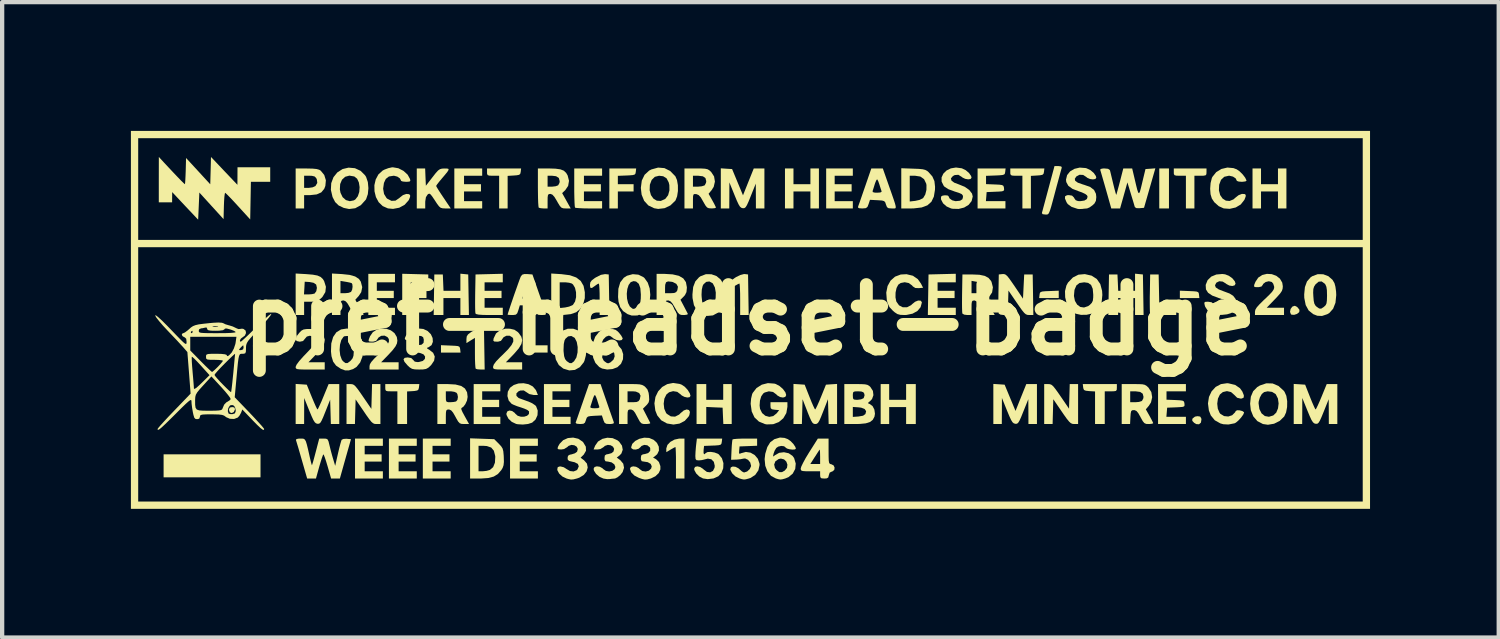
<source format=kicad_pcb>
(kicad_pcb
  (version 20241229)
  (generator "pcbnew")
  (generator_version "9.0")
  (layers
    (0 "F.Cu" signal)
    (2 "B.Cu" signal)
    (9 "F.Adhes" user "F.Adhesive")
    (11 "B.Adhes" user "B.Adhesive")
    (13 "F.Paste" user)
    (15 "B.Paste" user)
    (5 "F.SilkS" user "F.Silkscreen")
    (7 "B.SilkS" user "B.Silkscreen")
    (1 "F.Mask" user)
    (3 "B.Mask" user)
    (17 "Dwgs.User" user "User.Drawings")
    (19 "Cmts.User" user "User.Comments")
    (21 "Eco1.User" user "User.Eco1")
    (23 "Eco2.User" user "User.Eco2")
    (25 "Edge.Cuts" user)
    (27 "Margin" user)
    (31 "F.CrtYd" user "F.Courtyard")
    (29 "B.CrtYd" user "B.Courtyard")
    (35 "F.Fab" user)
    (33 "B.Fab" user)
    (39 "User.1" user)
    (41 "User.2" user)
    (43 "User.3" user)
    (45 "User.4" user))
  (footprint "pref-headset-badge"
    (layer "F.Cu")
    (at 14.422 4.403)
    (property "Reference" "pref-headset-badge" (at 0 0 0) (layer "F.SilkS") (effects (font (size 1.5 1.5) (thickness 0.3))))
    (attr board_only exclude_from_pos_files exclude_from_bom)
    (fp_poly (pts (xy -11.402 3.401) (xy -11.402 3.669) (xy -12.531 3.669) (xy -13.66 3.669) (xy -13.66 3.401) (xy -13.66 3.133) (xy -12.531 3.133) (xy -11.402 3.133)) (stroke (width 0) (type solid)) (fill yes) (layer "F.SilkS"))
    (fp_poly (pts (xy -4.713 0.677) (xy -4.713 0.762) (xy -4.925 0.762) (xy -5.136 0.762) (xy -5.136 0.677) (xy -5.136 0.593) (xy -4.925 0.593) (xy -4.713 0.593)) (stroke (width 0) (type solid)) (fill yes) (layer "F.SilkS"))
    (fp_poly (pts (xy 9.765 -3.062) (xy 9.765 -2.596) (xy 9.652 -2.596) (xy 9.539 -2.596) (xy 9.539 -3.062) (xy 9.539 -3.528) (xy 9.652 -3.528) (xy 9.765 -3.528)) (stroke (width 0) (type solid)) (fill yes) (layer "F.SilkS"))
    (fp_poly (pts (xy -12.01 2.041) (xy -11.998 2.078) (xy -12 2.095) (xy -12.026 2.148) (xy -12.073 2.171) (xy -12.116 2.155) (xy -12.133 2.113) (xy -12.136 2.084) (xy -12.117 2.043) (xy -12.063 2.032)) (stroke (width 0) (type solid)) (fill yes) (layer "F.SilkS"))
    (fp_poly (pts (xy -6.978 0.599) (xy -6.868 0.604) (xy -6.802 0.611) (xy -6.769 0.626) (xy -6.755 0.654) (xy -6.75 0.684) (xy -6.741 0.762) (xy -6.969 0.762) (xy -7.197 0.762) (xy -7.197 0.676) (xy -7.197 0.59)) (stroke (width 0) (type solid)) (fill yes) (layer "F.SilkS"))
    (fp_poly (pts (xy 7.197 -0.594) (xy 7.197 -0.508) (xy 6.969 -0.508) (xy 6.741 -0.508) (xy 6.75 -0.586) (xy 6.757 -0.625) (xy 6.775 -0.648) (xy 6.816 -0.661) (xy 6.891 -0.668) (xy 6.978 -0.671) (xy 7.197 -0.68)) (stroke (width 0) (type solid)) (fill yes) (layer "F.SilkS"))
    (fp_poly (pts (xy 10.238 -0.671) (xy 10.348 -0.666) (xy 10.413 -0.659) (xy 10.447 -0.644) (xy 10.461 -0.616) (xy 10.465 -0.586) (xy 10.474 -0.508) (xy 10.247 -0.508) (xy 10.019 -0.508) (xy 10.019 -0.594) (xy 10.019 -0.68)) (stroke (width 0) (type solid)) (fill yes) (layer "F.SilkS"))
    (fp_poly (pts (xy 10.492 2.253) (xy 10.517 2.293) (xy 10.522 2.319) (xy 10.51 2.394) (xy 10.465 2.433) (xy 10.399 2.428) (xy 10.353 2.4) (xy 10.309 2.354) (xy 10.309 2.313) (xy 10.318 2.295) (xy 10.372 2.254) (xy 10.431 2.244)) (stroke (width 0) (type solid)) (fill yes) (layer "F.SilkS"))
    (fp_poly (pts (xy 12.745 -0.305) (xy 12.767 -0.285) (xy 12.806 -0.233) (xy 12.802 -0.188) (xy 12.796 -0.176) (xy 12.748 -0.138) (xy 12.681 -0.117) (xy 12.622 -0.121) (xy 12.607 -0.13) (xy 12.586 -0.186) (xy 12.599 -0.254) (xy 12.639 -0.307) (xy 12.647 -0.312) (xy 12.698 -0.328)) (stroke (width 0) (type solid)) (fill yes) (layer "F.SilkS"))
    (fp_poly (pts (xy 9.533 -0.67) (xy 9.541 -0.282) (xy 9.737 -0.282) (xy 9.934 -0.282) (xy 9.934 -0.198) (xy 9.934 -0.113) (xy 9.637 -0.113) (xy 9.491 -0.115) (xy 9.395 -0.122) (xy 9.342 -0.135) (xy 9.326 -0.149) (xy 9.321 -0.189) (xy 9.319 -0.275) (xy 9.318 -0.395) (xy 9.318 -0.54) (xy 9.32 -0.622) (xy 9.327 -1.058) (xy 9.426 -1.058) (xy 9.525 -1.058)) (stroke (width 0) (type solid)) (fill yes) (layer "F.SilkS"))
    (fp_poly (pts (xy -7.796 -1.066) (xy -7.493 -1.058) (xy -7.493 -0.974) (xy -7.493 -0.889) (xy -7.698 -0.881) (xy -7.902 -0.872) (xy -7.902 -0.775) (xy -7.902 -0.677) (xy -7.719 -0.677) (xy -7.535 -0.677) (xy -7.535 -0.593) (xy -7.535 -0.508) (xy -7.719 -0.508) (xy -7.902 -0.508) (xy -7.902 -0.31) (xy -7.902 -0.113) (xy -8.001 -0.113) (xy -8.1 -0.113) (xy -8.1 -0.594) (xy -8.1 -1.074)) (stroke (width 0) (type solid)) (fill yes) (layer "F.SilkS"))
    (fp_poly (pts (xy -7.71 1.573) (xy -7.721 1.621) (xy -7.749 1.645) (xy -7.812 1.657) (xy -7.853 1.66) (xy -7.987 1.668) (xy -7.987 2.048) (xy -7.987 2.427) (xy -8.1 2.427) (xy -8.213 2.427) (xy -8.213 2.046) (xy -8.213 1.665) (xy -8.354 1.665) (xy -8.437 1.663) (xy -8.479 1.652) (xy -8.493 1.622) (xy -8.495 1.58) (xy -8.495 1.496) (xy -8.098 1.496) (xy -7.701 1.496)) (stroke (width 0) (type solid)) (fill yes) (layer "F.SilkS"))
    (fp_poly (pts (xy -5.339 -3.45) (xy -5.349 -3.405) (xy -5.375 -3.38) (xy -5.432 -3.369) (xy -5.496 -3.364) (xy -5.644 -3.355) (xy -5.644 -2.976) (xy -5.644 -2.596) (xy -5.743 -2.596) (xy -5.842 -2.596) (xy -5.842 -2.977) (xy -5.842 -3.358) (xy -5.983 -3.358) (xy -6.067 -3.36) (xy -6.108 -3.372) (xy -6.123 -3.401) (xy -6.124 -3.443) (xy -6.124 -3.528) (xy -5.727 -3.528) (xy -5.33 -3.528)) (stroke (width 0) (type solid)) (fill yes) (layer "F.SilkS"))
    (fp_poly (pts (xy 6.853 -3.45) (xy 6.843 -3.405) (xy 6.817 -3.38) (xy 6.76 -3.369) (xy 6.696 -3.364) (xy 6.548 -3.355) (xy 6.548 -2.976) (xy 6.548 -2.596) (xy 6.449 -2.596) (xy 6.35 -2.596) (xy 6.35 -2.977) (xy 6.35 -3.358) (xy 6.209 -3.358) (xy 6.125 -3.36) (xy 6.084 -3.372) (xy 6.069 -3.401) (xy 6.068 -3.443) (xy 6.068 -3.528) (xy 6.465 -3.528) (xy 6.862 -3.528)) (stroke (width 0) (type solid)) (fill yes) (layer "F.SilkS"))
    (fp_poly (pts (xy 8.551 1.58) (xy 8.548 1.631) (xy 8.529 1.656) (xy 8.48 1.664) (xy 8.41 1.665) (xy 8.269 1.665) (xy 8.269 2.046) (xy 8.269 2.427) (xy 8.156 2.427) (xy 8.043 2.427) (xy 8.043 2.048) (xy 8.043 1.668) (xy 7.909 1.66) (xy 7.828 1.651) (xy 7.786 1.634) (xy 7.77 1.597) (xy 7.766 1.573) (xy 7.757 1.496) (xy 8.154 1.496) (xy 8.551 1.496)) (stroke (width 0) (type solid)) (fill yes) (layer "F.SilkS"))
    (fp_poly (pts (xy 10.64 -3.443) (xy 10.637 -3.393) (xy 10.618 -3.368) (xy 10.568 -3.359) (xy 10.499 -3.358) (xy 10.358 -3.358) (xy 10.358 -2.977) (xy 10.358 -2.596) (xy 10.259 -2.596) (xy 10.16 -2.596) (xy 10.16 -2.977) (xy 10.16 -3.358) (xy 10.019 -3.358) (xy 9.935 -3.36) (xy 9.894 -3.372) (xy 9.879 -3.401) (xy 9.878 -3.443) (xy 9.878 -3.528) (xy 10.259 -3.528) (xy 10.64 -3.528)) (stroke (width 0) (type solid)) (fill yes) (layer "F.SilkS"))
    (fp_poly (pts (xy -1.524 3.231) (xy -1.524 3.697) (xy -1.623 3.697) (xy -1.722 3.697) (xy -1.722 3.33) (xy -1.722 3.194) (xy -1.725 3.08) (xy -1.729 3) (xy -1.733 2.964) (xy -1.734 2.963) (xy -1.764 2.976) (xy -1.823 3.009) (xy -1.847 3.023) (xy -1.947 3.082) (xy -1.947 2.995) (xy -1.921 2.914) (xy -1.853 2.843) (xy -1.757 2.79) (xy -1.646 2.766) (xy -1.63 2.766) (xy -1.524 2.766)) (stroke (width 0) (type solid)) (fill yes) (layer "F.SilkS"))
    (fp_poly (pts (xy -6.273 0.203) (xy -6.195 0.212) (xy -6.187 0.684) (xy -6.179 1.157) (xy -6.274 1.157) (xy -6.344 1.152) (xy -6.386 1.14) (xy -6.388 1.138) (xy -6.395 1.104) (xy -6.401 1.025) (xy -6.405 0.913) (xy -6.406 0.779) (xy -6.406 0.769) (xy -6.406 0.419) (xy -6.505 0.48) (xy -6.604 0.541) (xy -6.604 0.447) (xy -6.597 0.386) (xy -6.567 0.339) (xy -6.502 0.289) (xy -6.478 0.273) (xy -6.368 0.218) (xy -6.279 0.202)) (stroke (width 0) (type solid)) (fill yes) (layer "F.SilkS"))
    (fp_poly (pts (xy -2.658 -3.45) (xy -2.665 -3.41) (xy -2.684 -3.386) (xy -2.727 -3.374) (xy -2.807 -3.367) (xy -2.872 -3.364) (xy -3.076 -3.356) (xy -3.076 -3.258) (xy -3.076 -3.161) (xy -2.893 -3.161) (xy -2.709 -3.161) (xy -2.709 -3.076) (xy -2.709 -2.992) (xy -2.893 -2.992) (xy -3.076 -2.992) (xy -3.076 -2.794) (xy -3.076 -2.596) (xy -3.175 -2.596) (xy -3.274 -2.596) (xy -3.274 -3.062) (xy -3.274 -3.528) (xy -2.961 -3.528) (xy -2.649 -3.528)) (stroke (width 0) (type solid)) (fill yes) (layer "F.SilkS"))
    (fp_poly (pts (xy -0.042 -1.058) (xy -0.035 -0.586) (xy -0.027 -0.113) (xy -0.126 -0.113) (xy -0.226 -0.113) (xy -0.226 -0.48) (xy -0.227 -0.616) (xy -0.231 -0.73) (xy -0.236 -0.81) (xy -0.242 -0.846) (xy -0.244 -0.847) (xy -0.277 -0.833) (xy -0.338 -0.799) (xy -0.357 -0.788) (xy -0.452 -0.729) (xy -0.452 -0.823) (xy -0.445 -0.883) (xy -0.417 -0.929) (xy -0.355 -0.975) (xy -0.321 -0.997) (xy -0.223 -1.045) (xy -0.139 -1.067) (xy -0.116 -1.067)) (stroke (width 0) (type solid)) (fill yes) (layer "F.SilkS"))
    (fp_poly (pts (xy -8.551 2.85) (xy -8.551 2.935) (xy -8.763 2.935) (xy -8.975 2.935) (xy -8.975 3.034) (xy -8.975 3.133) (xy -8.777 3.133) (xy -8.58 3.133) (xy -8.58 3.217) (xy -8.58 3.302) (xy -8.777 3.302) (xy -8.975 3.302) (xy -8.975 3.415) (xy -8.975 3.528) (xy -8.763 3.528) (xy -8.551 3.528) (xy -8.551 3.612) (xy -8.551 3.697) (xy -8.876 3.697) (xy -9.2 3.697) (xy -9.2 3.231) (xy -9.2 2.766) (xy -8.876 2.766) (xy -8.551 2.766)) (stroke (width 0) (type solid)) (fill yes) (layer "F.SilkS"))
    (fp_poly (pts (xy -8.269 -0.974) (xy -8.269 -0.875) (xy -8.481 -0.875) (xy -8.692 -0.875) (xy -8.692 -0.776) (xy -8.692 -0.677) (xy -8.495 -0.677) (xy -8.297 -0.677) (xy -8.297 -0.593) (xy -8.297 -0.508) (xy -8.495 -0.508) (xy -8.692 -0.508) (xy -8.692 -0.395) (xy -8.692 -0.282) (xy -8.481 -0.282) (xy -8.269 -0.282) (xy -8.269 -0.198) (xy -8.269 -0.113) (xy -8.58 -0.113) (xy -8.89 -0.113) (xy -8.89 -0.593) (xy -8.89 -1.072) (xy -8.58 -1.072) (xy -8.269 -1.072)) (stroke (width 0) (type solid)) (fill yes) (layer "F.SilkS"))
    (fp_poly (pts (xy -7.761 2.85) (xy -7.761 2.935) (xy -7.973 2.935) (xy -8.184 2.935) (xy -8.184 3.034) (xy -8.184 3.133) (xy -7.987 3.133) (xy -7.789 3.133) (xy -7.789 3.217) (xy -7.789 3.302) (xy -7.987 3.302) (xy -8.184 3.302) (xy -8.184 3.415) (xy -8.184 3.528) (xy -7.973 3.528) (xy -7.761 3.528) (xy -7.761 3.612) (xy -7.761 3.697) (xy -8.086 3.697) (xy -8.41 3.697) (xy -8.41 3.231) (xy -8.41 2.766) (xy -8.086 2.766) (xy -7.761 2.766)) (stroke (width 0) (type solid)) (fill yes) (layer "F.SilkS"))
    (fp_poly (pts (xy -6.971 2.85) (xy -6.971 2.935) (xy -7.183 2.935) (xy -7.394 2.935) (xy -7.394 3.034) (xy -7.394 3.133) (xy -7.197 3.133) (xy -6.999 3.133) (xy -6.999 3.217) (xy -6.999 3.302) (xy -7.197 3.302) (xy -7.394 3.302) (xy -7.394 3.415) (xy -7.394 3.528) (xy -7.183 3.528) (xy -6.971 3.528) (xy -6.971 3.612) (xy -6.971 3.697) (xy -7.295 3.697) (xy -7.62 3.697) (xy -7.62 3.231) (xy -7.62 2.766) (xy -7.295 2.766) (xy -6.971 2.766)) (stroke (width 0) (type solid)) (fill yes) (layer "F.SilkS"))
    (fp_poly (pts (xy -6.653 -1.067) (xy -6.562 -1.058) (xy -6.554 -0.586) (xy -6.546 -0.113) (xy -6.646 -0.113) (xy -6.745 -0.113) (xy -6.745 -0.31) (xy -6.745 -0.508) (xy -6.943 -0.508) (xy -7.14 -0.508) (xy -7.14 -0.31) (xy -7.14 -0.113) (xy -7.254 -0.113) (xy -7.367 -0.113) (xy -7.36 -0.586) (xy -7.352 -1.058) (xy -7.253 -1.058) (xy -7.154 -1.058) (xy -7.146 -0.868) (xy -7.138 -0.677) (xy -6.941 -0.677) (xy -6.745 -0.677) (xy -6.745 -0.877) (xy -6.745 -1.076)) (stroke (width 0) (type solid)) (fill yes) (layer "F.SilkS"))
    (fp_poly (pts (xy -6.237 -3.443) (xy -6.237 -3.358) (xy -6.449 -3.358) (xy -6.66 -3.358) (xy -6.66 -3.26) (xy -6.66 -3.161) (xy -6.463 -3.161) (xy -6.265 -3.161) (xy -6.265 -3.076) (xy -6.265 -2.992) (xy -6.463 -2.992) (xy -6.66 -2.992) (xy -6.66 -2.879) (xy -6.66 -2.766) (xy -6.449 -2.766) (xy -6.237 -2.766) (xy -6.237 -2.681) (xy -6.237 -2.596) (xy -6.562 -2.596) (xy -6.886 -2.596) (xy -6.886 -3.062) (xy -6.886 -3.528) (xy -6.562 -3.528) (xy -6.237 -3.528)) (stroke (width 0) (type solid)) (fill yes) (layer "F.SilkS"))
    (fp_poly (pts (xy -5.814 1.58) (xy -5.814 1.665) (xy -6.025 1.665) (xy -6.237 1.665) (xy -6.237 1.764) (xy -6.237 1.863) (xy -6.04 1.863) (xy -5.842 1.863) (xy -5.842 1.947) (xy -5.842 2.032) (xy -6.04 2.032) (xy -6.237 2.032) (xy -6.237 2.145) (xy -6.237 2.258) (xy -6.025 2.258) (xy -5.814 2.258) (xy -5.814 2.342) (xy -5.814 2.427) (xy -6.124 2.427) (xy -6.435 2.427) (xy -6.435 1.961) (xy -6.435 1.496) (xy -6.124 1.496) (xy -5.814 1.496)) (stroke (width 0) (type solid)) (fill yes) (layer "F.SilkS"))
    (fp_poly (pts (xy -4.939 2.85) (xy -4.939 2.935) (xy -5.151 2.935) (xy -5.362 2.935) (xy -5.362 3.034) (xy -5.362 3.133) (xy -5.165 3.133) (xy -4.967 3.133) (xy -4.967 3.217) (xy -4.967 3.302) (xy -5.165 3.302) (xy -5.362 3.302) (xy -5.362 3.415) (xy -5.362 3.528) (xy -5.151 3.528) (xy -4.939 3.528) (xy -4.939 3.612) (xy -4.939 3.697) (xy -5.263 3.697) (xy -5.588 3.697) (xy -5.588 3.231) (xy -5.588 2.766) (xy -5.263 2.766) (xy -4.939 2.766)) (stroke (width 0) (type solid)) (fill yes) (layer "F.SilkS"))
    (fp_poly (pts (xy -4.177 1.58) (xy -4.177 1.665) (xy -4.389 1.665) (xy -4.6 1.665) (xy -4.6 1.764) (xy -4.6 1.863) (xy -4.403 1.863) (xy -4.205 1.863) (xy -4.205 1.947) (xy -4.205 2.032) (xy -4.403 2.032) (xy -4.6 2.032) (xy -4.6 2.145) (xy -4.6 2.258) (xy -4.389 2.258) (xy -4.177 2.258) (xy -4.177 2.342) (xy -4.177 2.427) (xy -4.487 2.427) (xy -4.798 2.427) (xy -4.798 1.961) (xy -4.798 1.496) (xy -4.487 1.496) (xy -4.177 1.496)) (stroke (width 0) (type solid)) (fill yes) (layer "F.SilkS"))
    (fp_poly (pts (xy -1.016 1.679) (xy -1.016 1.863) (xy -0.818 1.863) (xy -0.621 1.863) (xy -0.621 1.679) (xy -0.621 1.496) (xy -0.522 1.496) (xy -0.423 1.496) (xy -0.423 1.961) (xy -0.423 2.427) (xy -0.521 2.427) (xy -0.618 2.427) (xy -0.627 2.237) (xy -0.635 2.046) (xy -0.826 2.038) (xy -1.016 2.029) (xy -1.016 2.228) (xy -1.016 2.427) (xy -1.129 2.427) (xy -1.242 2.427) (xy -1.242 1.961) (xy -1.242 1.496) (xy -1.129 1.496) (xy -1.016 1.496)) (stroke (width 0) (type solid)) (fill yes) (layer "F.SilkS"))
    (fp_poly (pts (xy 1.016 -3.344) (xy 1.016 -3.161) (xy 1.214 -3.161) (xy 1.411 -3.161) (xy 1.411 -3.344) (xy 1.411 -3.528) (xy 1.51 -3.528) (xy 1.609 -3.528) (xy 1.609 -3.062) (xy 1.609 -2.596) (xy 1.51 -2.596) (xy 1.411 -2.596) (xy 1.411 -2.794) (xy 1.411 -2.992) (xy 1.214 -2.992) (xy 1.016 -2.992) (xy 1.016 -2.794) (xy 1.016 -2.596) (xy 0.917 -2.596) (xy 0.818 -2.596) (xy 0.818 -3.062) (xy 0.818 -3.528) (xy 0.917 -3.528) (xy 1.016 -3.528)) (stroke (width 0) (type solid)) (fill yes) (layer "F.SilkS"))
    (fp_poly (pts (xy 2.399 -3.443) (xy 2.399 -3.358) (xy 2.187 -3.358) (xy 1.976 -3.358) (xy 1.976 -3.26) (xy 1.976 -3.161) (xy 2.173 -3.161) (xy 2.371 -3.161) (xy 2.371 -3.076) (xy 2.371 -2.992) (xy 2.173 -2.992) (xy 1.976 -2.992) (xy 1.976 -2.879) (xy 1.976 -2.766) (xy 2.187 -2.766) (xy 2.399 -2.766) (xy 2.399 -2.681) (xy 2.399 -2.596) (xy 2.088 -2.596) (xy 1.778 -2.596) (xy 1.778 -3.062) (xy 1.778 -3.528) (xy 2.088 -3.528) (xy 2.399 -3.528)) (stroke (width 0) (type solid)) (fill yes) (layer "F.SilkS"))
    (fp_poly (pts (xy 3.246 1.679) (xy 3.246 1.863) (xy 3.443 1.863) (xy 3.641 1.863) (xy 3.641 1.679) (xy 3.641 1.496) (xy 3.754 1.496) (xy 3.866 1.496) (xy 3.866 1.961) (xy 3.866 2.427) (xy 3.754 2.427) (xy 3.641 2.427) (xy 3.641 2.23) (xy 3.641 2.032) (xy 3.443 2.032) (xy 3.246 2.032) (xy 3.246 2.23) (xy 3.246 2.427) (xy 3.147 2.427) (xy 3.048 2.427) (xy 3.048 1.961) (xy 3.048 1.496) (xy 3.147 1.496) (xy 3.246 1.496)) (stroke (width 0) (type solid)) (fill yes) (layer "F.SilkS"))
    (fp_poly (pts (xy 4.798 -0.975) (xy 4.798 -0.875) (xy 4.586 -0.875) (xy 4.374 -0.875) (xy 4.374 -0.776) (xy 4.374 -0.677) (xy 4.572 -0.677) (xy 4.77 -0.677) (xy 4.77 -0.593) (xy 4.77 -0.508) (xy 4.572 -0.508) (xy 4.374 -0.508) (xy 4.374 -0.395) (xy 4.374 -0.282) (xy 4.586 -0.282) (xy 4.798 -0.282) (xy 4.798 -0.198) (xy 4.798 -0.113) (xy 4.473 -0.113) (xy 4.147 -0.113) (xy 4.155 -0.586) (xy 4.163 -1.058) (xy 4.48 -1.066) (xy 4.798 -1.074)) (stroke (width 0) (type solid)) (fill yes) (layer "F.SilkS"))
    (fp_poly (pts (xy 9.066 -1.067) (xy 9.158 -1.058) (xy 9.166 -0.586) (xy 9.174 -0.113) (xy 9.074 -0.113) (xy 8.975 -0.113) (xy 8.975 -0.31) (xy 8.975 -0.508) (xy 8.777 -0.508) (xy 8.58 -0.508) (xy 8.58 -0.31) (xy 8.58 -0.113) (xy 8.466 -0.113) (xy 8.352 -0.113) (xy 8.36 -0.586) (xy 8.368 -1.058) (xy 8.467 -1.058) (xy 8.565 -1.058) (xy 8.574 -0.868) (xy 8.582 -0.677) (xy 8.778 -0.677) (xy 8.975 -0.677) (xy 8.975 -0.877) (xy 8.975 -1.076)) (stroke (width 0) (type solid)) (fill yes) (layer "F.SilkS"))
    (fp_poly (pts (xy 11.91 -3.344) (xy 11.91 -3.161) (xy 12.107 -3.161) (xy 12.305 -3.161) (xy 12.305 -3.344) (xy 12.305 -3.528) (xy 12.404 -3.528) (xy 12.502 -3.528) (xy 12.502 -3.062) (xy 12.502 -2.596) (xy 12.404 -2.596) (xy 12.305 -2.596) (xy 12.305 -2.794) (xy 12.305 -2.992) (xy 12.107 -2.992) (xy 11.91 -2.992) (xy 11.91 -2.794) (xy 11.91 -2.596) (xy 11.811 -2.596) (xy 11.712 -2.596) (xy 11.712 -3.062) (xy 11.712 -3.528) (xy 11.811 -3.528) (xy 11.91 -3.528)) (stroke (width 0) (type solid)) (fill yes) (layer "F.SilkS"))
    (fp_poly (pts (xy -3.373 -1.066) (xy -3.288 -1.058) (xy -3.28 -0.586) (xy -3.272 -0.113) (xy -3.386 -0.113) (xy -3.5 -0.113) (xy -3.5 -0.48) (xy -3.501 -0.616) (xy -3.505 -0.73) (xy -3.511 -0.809) (xy -3.519 -0.845) (xy -3.521 -0.846) (xy -3.556 -0.83) (xy -3.611 -0.791) (xy -3.612 -0.79) (xy -3.677 -0.745) (xy -3.712 -0.743) (xy -3.724 -0.785) (xy -3.725 -0.818) (xy -3.717 -0.874) (xy -3.683 -0.921) (xy -3.613 -0.974) (xy -3.591 -0.988) (xy -3.471 -1.049) (xy -3.374 -1.066)) (stroke (width 0) (type solid)) (fill yes) (layer "F.SilkS"))
    (fp_poly (pts (xy 7.254 -3.575) (xy 7.268 -3.549) (xy 7.257 -3.51) (xy 7.234 -3.427) (xy 7.203 -3.312) (xy 7.166 -3.176) (xy 7.154 -3.133) (xy 7.098 -2.923) (xy 7.055 -2.762) (xy 7.022 -2.642) (xy 6.996 -2.558) (xy 6.975 -2.504) (xy 6.957 -2.472) (xy 6.938 -2.458) (xy 6.918 -2.454) (xy 6.892 -2.455) (xy 6.882 -2.455) (xy 6.822 -2.462) (xy 6.805 -2.487) (xy 6.808 -2.505) (xy 6.82 -2.547) (xy 6.843 -2.634) (xy 6.876 -2.756) (xy 6.916 -2.905) (xy 6.96 -3.069) (xy 7.098 -3.584) (xy 7.189 -3.584)) (stroke (width 0) (type solid)) (fill yes) (layer "F.SilkS"))
    (fp_poly (pts (xy -9.265 1.499) (xy -9.229 1.514) (xy -9.189 1.549) (xy -9.138 1.612) (xy -9.069 1.709) (xy -9.017 1.785) (xy -8.819 2.074) (xy -8.811 1.785) (xy -8.803 1.496) (xy -8.706 1.496) (xy -8.608 1.496) (xy -8.608 1.961) (xy -8.608 2.427) (xy -8.701 2.427) (xy -8.743 2.424) (xy -8.779 2.409) (xy -8.819 2.375) (xy -8.869 2.313) (xy -8.938 2.217) (xy -8.99 2.14) (xy -9.186 1.853) (xy -9.194 2.14) (xy -9.202 2.427) (xy -9.3 2.427) (xy -9.398 2.427) (xy -9.398 1.961) (xy -9.398 1.496) (xy -9.306 1.496)) (stroke (width 0) (type solid)) (fill yes) (layer "F.SilkS"))
    (fp_poly (pts (xy 6.993 1.499) (xy 7.03 1.514) (xy 7.069 1.548) (xy 7.119 1.61) (xy 7.188 1.706) (xy 7.241 1.783) (xy 7.437 2.07) (xy 7.445 1.783) (xy 7.453 1.496) (xy 7.55 1.496) (xy 7.648 1.496) (xy 7.648 1.961) (xy 7.648 2.427) (xy 7.556 2.427) (xy 7.516 2.423) (xy 7.479 2.407) (xy 7.439 2.371) (xy 7.387 2.308) (xy 7.317 2.21) (xy 7.267 2.137) (xy 7.07 1.849) (xy 7.062 2.138) (xy 7.054 2.427) (xy 6.956 2.427) (xy 6.858 2.427) (xy 6.858 1.961) (xy 6.858 1.496) (xy 6.951 1.496)) (stroke (width 0) (type solid)) (fill yes) (layer "F.SilkS"))
    (fp_poly (pts (xy 10.16 1.58) (xy 10.16 1.665) (xy 9.934 1.665) (xy 9.708 1.665) (xy 9.708 1.763) (xy 9.708 1.86) (xy 9.913 1.868) (xy 10.019 1.874) (xy 10.08 1.882) (xy 10.111 1.899) (xy 10.123 1.93) (xy 10.126 1.953) (xy 10.129 1.992) (xy 10.117 2.016) (xy 10.08 2.028) (xy 10.006 2.034) (xy 9.929 2.038) (xy 9.723 2.046) (xy 9.714 2.152) (xy 9.705 2.258) (xy 9.933 2.258) (xy 10.16 2.258) (xy 10.16 2.342) (xy 10.16 2.427) (xy 9.835 2.427) (xy 9.511 2.427) (xy 9.511 1.961) (xy 9.511 1.496) (xy 9.835 1.496) (xy 10.16 1.496)) (stroke (width 0) (type solid)) (fill yes) (layer "F.SilkS"))
    (fp_poly (pts (xy 14.45 0) (xy 14.45 4.403) (xy 0.014 4.403) (xy -14.422 4.403) (xy -14.422 0) (xy -14.422 -1.693) (xy -14.252 -1.693) (xy -14.252 1.27) (xy -14.252 4.233) (xy 0.014 4.233) (xy 14.28 4.233) (xy 14.28 1.27) (xy 14.28 -1.693) (xy 0.014 -1.693) (xy -14.252 -1.693) (xy -14.422 -1.693) (xy -14.422 -4.233) (xy -14.252 -4.233) (xy -14.252 -3.048) (xy -14.252 -1.863) (xy 0.014 -1.863) (xy 14.28 -1.863) (xy 14.28 -3.048) (xy 14.28 -4.233) (xy 0.014 -4.233) (xy -14.252 -4.233) (xy -14.422 -4.233) (xy -14.422 -4.403) (xy 0.014 -4.403) (xy 14.45 -4.403)) (stroke (width 0) (type solid)) (fill yes) (layer "F.SilkS"))
    (fp_poly (pts (xy -5.757 -0.975) (xy -5.757 -0.875) (xy -5.969 -0.875) (xy -6.181 -0.875) (xy -6.181 -0.776) (xy -6.181 -0.677) (xy -5.983 -0.677) (xy -5.786 -0.677) (xy -5.786 -0.593) (xy -5.786 -0.508) (xy -5.983 -0.508) (xy -6.181 -0.508) (xy -6.181 -0.395) (xy -6.181 -0.282) (xy -5.969 -0.282) (xy -5.757 -0.282) (xy -5.757 -0.198) (xy -5.757 -0.113) (xy -6.069 -0.113) (xy -6.218 -0.115) (xy -6.318 -0.122) (xy -6.374 -0.134) (xy -6.394 -0.149) (xy -6.398 -0.189) (xy -6.401 -0.275) (xy -6.402 -0.395) (xy -6.401 -0.54) (xy -6.4 -0.622) (xy -6.392 -1.058) (xy -6.075 -1.066) (xy -5.757 -1.074)) (stroke (width 0) (type solid)) (fill yes) (layer "F.SilkS"))
    (fp_poly (pts (xy -3.443 -3.443) (xy -3.443 -3.358) (xy -3.655 -3.358) (xy -3.866 -3.358) (xy -3.866 -3.26) (xy -3.866 -3.161) (xy -3.669 -3.161) (xy -3.471 -3.161) (xy -3.471 -3.076) (xy -3.471 -2.992) (xy -3.669 -2.992) (xy -3.866 -2.992) (xy -3.866 -2.879) (xy -3.866 -2.766) (xy -3.655 -2.766) (xy -3.443 -2.766) (xy -3.443 -2.681) (xy -3.443 -2.596) (xy -3.749 -2.596) (xy -3.875 -2.598) (xy -3.98 -2.603) (xy -4.05 -2.609) (xy -4.073 -2.615) (xy -4.08 -2.649) (xy -4.085 -2.728) (xy -4.089 -2.844) (xy -4.092 -2.987) (xy -4.092 -3.081) (xy -4.092 -3.528) (xy -3.768 -3.528) (xy -3.443 -3.528)) (stroke (width 0) (type solid)) (fill yes) (layer "F.SilkS"))
    (fp_poly (pts (xy -0.546 -3.522) (xy -0.414 -3.514) (xy -0.287 -3.208) (xy -0.16 -2.902) (xy -0.035 -3.215) (xy 0.091 -3.528) (xy 0.215 -3.528) (xy 0.339 -3.528) (xy 0.339 -3.062) (xy 0.339 -2.596) (xy 0.24 -2.596) (xy 0.141 -2.596) (xy 0.14 -2.886) (xy 0.138 -3.175) (xy 0.021 -2.884) (xy -0.03 -2.757) (xy -0.068 -2.674) (xy -0.098 -2.626) (xy -0.125 -2.605) (xy -0.155 -2.601) (xy -0.166 -2.602) (xy -0.2 -2.612) (xy -0.231 -2.639) (xy -0.264 -2.693) (xy -0.305 -2.781) (xy -0.357 -2.907) (xy -0.477 -3.203) (xy -0.478 -2.9) (xy -0.48 -2.596) (xy -0.579 -2.596) (xy -0.677 -2.596) (xy -0.677 -3.064) (xy -0.677 -3.531)) (stroke (width 0) (type solid)) (fill yes) (layer "F.SilkS"))
    (fp_poly (pts (xy 5.804 1.501) (xy 5.936 1.51) (xy 6.063 1.816) (xy 6.19 2.122) (xy 6.315 1.809) (xy 6.441 1.496) (xy 6.565 1.496) (xy 6.689 1.496) (xy 6.689 1.961) (xy 6.689 2.427) (xy 6.59 2.427) (xy 6.491 2.427) (xy 6.49 2.138) (xy 6.488 1.849) (xy 6.371 2.139) (xy 6.32 2.266) (xy 6.282 2.349) (xy 6.252 2.397) (xy 6.225 2.419) (xy 6.195 2.422) (xy 6.184 2.421) (xy 6.15 2.411) (xy 6.119 2.384) (xy 6.086 2.331) (xy 6.045 2.242) (xy 5.993 2.117) (xy 5.873 1.82) (xy 5.872 2.124) (xy 5.87 2.427) (xy 5.771 2.427) (xy 5.673 2.427) (xy 5.673 1.96) (xy 5.673 1.493)) (stroke (width 0) (type solid)) (fill yes) (layer "F.SilkS"))
    (fp_poly (pts (xy 5.95 -3.45) (xy 5.943 -3.411) (xy 5.925 -3.387) (xy 5.884 -3.375) (xy 5.809 -3.368) (xy 5.722 -3.364) (xy 5.503 -3.356) (xy 5.503 -3.26) (xy 5.503 -3.163) (xy 5.708 -3.155) (xy 5.814 -3.15) (xy 5.875 -3.141) (xy 5.906 -3.124) (xy 5.918 -3.094) (xy 5.921 -3.07) (xy 5.924 -3.031) (xy 5.912 -3.008) (xy 5.875 -2.995) (xy 5.801 -2.989) (xy 5.724 -2.986) (xy 5.517 -2.977) (xy 5.509 -2.872) (xy 5.5 -2.766) (xy 5.727 -2.766) (xy 5.955 -2.766) (xy 5.955 -2.681) (xy 5.955 -2.596) (xy 5.63 -2.596) (xy 5.306 -2.596) (xy 5.306 -3.062) (xy 5.306 -3.528) (xy 5.632 -3.528) (xy 5.959 -3.528)) (stroke (width 0) (type solid)) (fill yes) (layer "F.SilkS"))
    (fp_poly (pts (xy 5.957 -1.055) (xy 5.995 -1.023) (xy 6.043 -0.964) (xy 6.11 -0.869) (xy 6.168 -0.785) (xy 6.364 -0.494) (xy 6.378 -0.776) (xy 6.392 -1.058) (xy 6.491 -1.058) (xy 6.59 -1.058) (xy 6.598 -0.586) (xy 6.605 -0.113) (xy 6.51 -0.113) (xy 6.468 -0.116) (xy 6.431 -0.13) (xy 6.392 -0.163) (xy 6.342 -0.224) (xy 6.275 -0.318) (xy 6.22 -0.398) (xy 6.025 -0.683) (xy 6.017 -0.398) (xy 6.009 -0.113) (xy 5.911 -0.113) (xy 5.841 -0.122) (xy 5.8 -0.146) (xy 5.798 -0.149) (xy 5.794 -0.189) (xy 5.791 -0.275) (xy 5.79 -0.395) (xy 5.791 -0.54) (xy 5.792 -0.622) (xy 5.8 -1.058) (xy 5.885 -1.067) (xy 5.923 -1.067)) (stroke (width 0) (type solid)) (fill yes) (layer "F.SilkS"))
    (fp_poly (pts (xy -10.322 -3.527) (xy -10.187 -3.524) (xy -10.095 -3.515) (xy -10.035 -3.498) (xy -10.001 -3.478) (xy -9.917 -3.376) (xy -9.879 -3.253) (xy -9.891 -3.121) (xy -9.918 -3.052) (xy -9.987 -2.97) (xy -10.093 -2.923) (xy -10.243 -2.907) (xy -10.246 -2.907) (xy -10.386 -2.907) (xy -10.386 -2.752) (xy -10.386 -2.596) (xy -10.485 -2.596) (xy -10.583 -2.596) (xy -10.583 -3.062) (xy -10.583 -3.358) (xy -10.386 -3.358) (xy -10.386 -3.217) (xy -10.386 -3.076) (xy -10.275 -3.076) (xy -10.188 -3.088) (xy -10.124 -3.117) (xy -10.12 -3.121) (xy -10.079 -3.191) (xy -10.09 -3.274) (xy -10.105 -3.304) (xy -10.141 -3.341) (xy -10.207 -3.357) (xy -10.26 -3.358) (xy -10.386 -3.358) (xy -10.583 -3.358) (xy -10.583 -3.528)) (stroke (width 0) (type solid)) (fill yes) (layer "F.SilkS"))
    (fp_poly (pts (xy 3.808 -3.523) (xy 3.939 -3.518) (xy 4.028 -3.509) (xy 4.087 -3.494) (xy 4.13 -3.471) (xy 4.163 -3.443) (xy 4.252 -3.342) (xy 4.3 -3.234) (xy 4.315 -3.101) (xy 4.313 -3.03) (xy 4.287 -2.871) (xy 4.23 -2.752) (xy 4.137 -2.669) (xy 4.003 -2.619) (xy 3.824 -2.598) (xy 3.761 -2.596) (xy 3.528 -2.596) (xy 3.528 -3.065) (xy 3.528 -3.358) (xy 3.725 -3.358) (xy 3.725 -3.058) (xy 3.725 -2.758) (xy 3.855 -2.773) (xy 3.953 -2.795) (xy 4.027 -2.831) (xy 4.04 -2.842) (xy 4.087 -2.921) (xy 4.114 -3.028) (xy 4.115 -3.14) (xy 4.109 -3.174) (xy 4.059 -3.278) (xy 3.973 -3.339) (xy 3.852 -3.358) (xy 3.725 -3.358) (xy 3.528 -3.358) (xy 3.528 -3.533)) (stroke (width 0) (type solid)) (fill yes) (layer "F.SilkS"))
    (fp_poly (pts (xy -10.335 -1.066) (xy -10.182 -1.053) (xy -10.075 -1.033) (xy -10.001 -1) (xy -9.949 -0.951) (xy -9.92 -0.904) (xy -9.878 -0.771) (xy -9.891 -0.648) (xy -9.959 -0.535) (xy -9.974 -0.519) (xy -10.037 -0.463) (xy -10.094 -0.434) (xy -10.171 -0.424) (xy -10.228 -0.423) (xy -10.386 -0.423) (xy -10.386 -0.268) (xy -10.386 -0.113) (xy -10.485 -0.113) (xy -10.583 -0.113) (xy -10.583 -0.593) (xy -10.389 -0.593) (xy -10.281 -0.593) (xy -10.203 -0.599) (xy -10.147 -0.612) (xy -10.141 -0.615) (xy -10.102 -0.668) (xy -10.088 -0.745) (xy -10.103 -0.815) (xy -10.109 -0.826) (xy -10.167 -0.864) (xy -10.259 -0.882) (xy -10.372 -0.889) (xy -10.38 -0.741) (xy -10.389 -0.593) (xy -10.583 -0.593) (xy -10.583 -0.597) (xy -10.583 -1.08)) (stroke (width 0) (type solid)) (fill yes) (layer "F.SilkS"))
    (fp_poly (pts (xy -6.238 2.77) (xy -5.956 2.78) (xy -5.85 2.886) (xy -5.795 2.945) (xy -5.762 2.997) (xy -5.745 3.061) (xy -5.736 3.156) (xy -5.734 3.196) (xy -5.731 3.31) (xy -5.739 3.387) (xy -5.76 3.448) (xy -5.791 3.5) (xy -5.87 3.591) (xy -5.967 3.651) (xy -6.095 3.685) (xy -6.264 3.697) (xy -6.287 3.697) (xy -6.519 3.697) (xy -6.519 3.229) (xy -6.519 2.935) (xy -6.322 2.935) (xy -6.322 3.231) (xy -6.322 3.528) (xy -6.224 3.528) (xy -6.134 3.518) (xy -6.057 3.496) (xy -5.982 3.432) (xy -5.94 3.328) (xy -5.932 3.192) (xy -5.934 3.169) (xy -5.965 3.049) (xy -6.027 2.975) (xy -6.128 2.94) (xy -6.198 2.935) (xy -6.322 2.935) (xy -6.519 2.935) (xy -6.519 2.76)) (stroke (width 0) (type solid)) (fill yes) (layer "F.SilkS"))
    (fp_poly (pts (xy -4.39 -1.065) (xy -4.194 -1.04) (xy -4.046 -0.988) (xy -3.941 -0.907) (xy -3.875 -0.793) (xy -3.845 -0.643) (xy -3.845 -0.64) (xy -3.846 -0.505) (xy -3.879 -0.384) (xy -3.89 -0.356) (xy -3.955 -0.251) (xy -4.046 -0.178) (xy -4.172 -0.134) (xy -4.339 -0.115) (xy -4.41 -0.114) (xy -4.628 -0.113) (xy -4.628 -0.597) (xy -4.628 -0.875) (xy -4.431 -0.875) (xy -4.431 -0.575) (xy -4.431 -0.275) (xy -4.303 -0.289) (xy -4.212 -0.309) (xy -4.138 -0.34) (xy -4.121 -0.352) (xy -4.073 -0.427) (xy -4.049 -0.53) (xy -4.05 -0.642) (xy -4.074 -0.746) (xy -4.12 -0.824) (xy -4.149 -0.847) (xy -4.211 -0.865) (xy -4.297 -0.875) (xy -4.316 -0.875) (xy -4.431 -0.875) (xy -4.628 -0.875) (xy -4.628 -1.08)) (stroke (width 0) (type solid)) (fill yes) (layer "F.SilkS"))
    (fp_poly (pts (xy -10.453 1.501) (xy -10.324 1.51) (xy -10.207 1.799) (xy -10.158 1.915) (xy -10.117 2.009) (xy -10.087 2.07) (xy -10.074 2.088) (xy -10.058 2.064) (xy -10.026 1.997) (xy -9.982 1.9) (xy -9.937 1.792) (xy -9.815 1.496) (xy -9.691 1.496) (xy -9.567 1.496) (xy -9.567 1.961) (xy -9.567 2.427) (xy -9.665 2.427) (xy -9.763 2.427) (xy -9.771 2.143) (xy -9.779 1.859) (xy -9.892 2.144) (xy -9.943 2.27) (xy -9.98 2.351) (xy -10.009 2.398) (xy -10.036 2.418) (xy -10.067 2.422) (xy -10.075 2.421) (xy -10.109 2.411) (xy -10.139 2.384) (xy -10.172 2.331) (xy -10.213 2.242) (xy -10.265 2.117) (xy -10.385 1.82) (xy -10.385 2.124) (xy -10.386 2.427) (xy -10.485 2.427) (xy -10.583 2.427) (xy -10.583 1.96) (xy -10.583 1.493)) (stroke (width 0) (type solid)) (fill yes) (layer "F.SilkS"))
    (fp_poly (pts (xy 12.805 1.501) (xy 12.938 1.51) (xy 13.052 1.799) (xy 13.099 1.915) (xy 13.14 2.009) (xy 13.169 2.07) (xy 13.182 2.088) (xy 13.198 2.064) (xy 13.231 1.997) (xy 13.275 1.899) (xy 13.32 1.792) (xy 13.441 1.496) (xy 13.564 1.496) (xy 13.688 1.496) (xy 13.688 1.961) (xy 13.688 2.427) (xy 13.589 2.427) (xy 13.49 2.427) (xy 13.489 2.138) (xy 13.487 1.849) (xy 13.371 2.139) (xy 13.319 2.266) (xy 13.281 2.349) (xy 13.251 2.397) (xy 13.224 2.419) (xy 13.194 2.422) (xy 13.183 2.421) (xy 13.149 2.411) (xy 13.119 2.384) (xy 13.085 2.331) (xy 13.044 2.242) (xy 12.992 2.117) (xy 12.872 1.82) (xy 12.871 2.124) (xy 12.869 2.427) (xy 12.771 2.427) (xy 12.672 2.427) (xy 12.672 1.96) (xy 12.672 1.493)) (stroke (width 0) (type solid)) (fill yes) (layer "F.SilkS"))
    (fp_poly (pts (xy 2.032 1.96) (xy 2.032 2.427) (xy 1.934 2.427) (xy 1.836 2.427) (xy 1.828 2.138) (xy 1.82 1.849) (xy 1.707 2.138) (xy 1.656 2.266) (xy 1.619 2.349) (xy 1.589 2.398) (xy 1.56 2.421) (xy 1.528 2.427) (xy 1.524 2.427) (xy 1.491 2.422) (xy 1.462 2.401) (xy 1.433 2.356) (xy 1.396 2.276) (xy 1.346 2.153) (xy 1.341 2.138) (xy 1.228 1.849) (xy 1.22 2.138) (xy 1.212 2.427) (xy 1.114 2.427) (xy 1.016 2.427) (xy 1.016 1.96) (xy 1.016 1.493) (xy 1.147 1.501) (xy 1.277 1.51) (xy 1.391 1.799) (xy 1.438 1.916) (xy 1.479 2.01) (xy 1.509 2.071) (xy 1.522 2.088) (xy 1.538 2.064) (xy 1.571 1.997) (xy 1.614 1.9) (xy 1.656 1.799) (xy 1.773 1.51) (xy 1.902 1.501) (xy 2.032 1.493)) (stroke (width 0) (type solid)) (fill yes) (layer "F.SilkS"))
    (fp_poly (pts (xy -8.471 0.207) (xy -8.366 0.244) (xy -8.281 0.308) (xy -8.226 0.399) (xy -8.213 0.483) (xy -8.223 0.549) (xy -8.258 0.62) (xy -8.324 0.707) (xy -8.428 0.82) (xy -8.434 0.826) (xy -8.592 0.988) (xy -8.388 0.988) (xy -8.184 0.988) (xy -8.184 1.072) (xy -8.184 1.157) (xy -8.523 1.157) (xy -8.862 1.157) (xy -8.862 1.079) (xy -8.853 1.034) (xy -8.82 0.98) (xy -8.757 0.908) (xy -8.658 0.81) (xy -8.636 0.79) (xy -8.518 0.671) (xy -8.443 0.579) (xy -8.409 0.506) (xy -8.412 0.446) (xy -8.444 0.401) (xy -8.512 0.367) (xy -8.59 0.372) (xy -8.653 0.412) (xy -8.669 0.437) (xy -8.708 0.489) (xy -8.773 0.507) (xy -8.796 0.508) (xy -8.859 0.506) (xy -8.884 0.491) (xy -8.877 0.449) (xy -8.85 0.382) (xy -8.785 0.287) (xy -8.692 0.227) (xy -8.584 0.201)) (stroke (width 0) (type solid)) (fill yes) (layer "F.SilkS"))
    (fp_poly (pts (xy -9.202 -3.534) (xy -9.069 -3.472) (xy -8.967 -3.37) (xy -8.942 -3.331) (xy -8.901 -3.21) (xy -8.888 -3.069) (xy -8.901 -2.93) (xy -8.941 -2.814) (xy -8.954 -2.794) (xy -9.065 -2.672) (xy -9.195 -2.601) (xy -9.338 -2.583) (xy -9.463 -2.609) (xy -9.582 -2.666) (xy -9.663 -2.745) (xy -9.724 -2.863) (xy -9.725 -2.868) (xy -9.763 -3.031) (xy -9.762 -3.04) (xy -9.553 -3.04) (xy -9.538 -2.961) (xy -9.489 -2.859) (xy -9.412 -2.791) (xy -9.321 -2.765) (xy -9.228 -2.784) (xy -9.194 -2.804) (xy -9.135 -2.879) (xy -9.101 -2.98) (xy -9.093 -3.093) (xy -9.11 -3.201) (xy -9.151 -3.289) (xy -9.216 -3.341) (xy -9.331 -3.361) (xy -9.429 -3.334) (xy -9.503 -3.266) (xy -9.546 -3.165) (xy -9.553 -3.04) (xy -9.762 -3.04) (xy -9.754 -3.186) (xy -9.702 -3.324) (xy -9.612 -3.436) (xy -9.49 -3.514) (xy -9.351 -3.547)) (stroke (width 0) (type solid)) (fill yes) (layer "F.SilkS"))
    (fp_poly (pts (xy -1.991 -3.536) (xy -1.857 -3.469) (xy -1.739 -3.349) (xy -1.737 -3.348) (xy -1.698 -3.258) (xy -1.677 -3.137) (xy -1.676 -3.003) (xy -1.695 -2.879) (xy -1.732 -2.784) (xy -1.739 -2.775) (xy -1.851 -2.667) (xy -1.988 -2.602) (xy -2.137 -2.585) (xy -2.23 -2.601) (xy -2.365 -2.666) (xy -2.463 -2.773) (xy -2.522 -2.917) (xy -2.534 -3.018) (xy -2.335 -3.018) (xy -2.305 -2.907) (xy -2.247 -2.825) (xy -2.168 -2.777) (xy -2.076 -2.771) (xy -1.979 -2.814) (xy -1.968 -2.822) (xy -1.905 -2.904) (xy -1.874 -3.017) (xy -1.876 -3.142) (xy -1.891 -3.203) (xy -1.94 -3.297) (xy -2.018 -3.346) (xy -2.115 -3.358) (xy -2.214 -3.333) (xy -2.288 -3.26) (xy -2.33 -3.149) (xy -2.335 -3.018) (xy -2.534 -3.018) (xy -2.54 -3.076) (xy -2.518 -3.246) (xy -2.453 -3.38) (xy -2.347 -3.478) (xy -2.294 -3.505) (xy -2.138 -3.548)) (stroke (width 0) (type solid)) (fill yes) (layer "F.SilkS"))
    (fp_poly (pts (xy 12.18 1.482) (xy 12.317 1.54) (xy 12.438 1.65) (xy 12.458 1.676) (xy 12.5 1.77) (xy 12.52 1.895) (xy 12.518 2.031) (xy 12.494 2.157) (xy 12.451 2.251) (xy 12.346 2.354) (xy 12.214 2.42) (xy 12.071 2.444) (xy 11.955 2.427) (xy 11.825 2.359) (xy 11.73 2.249) (xy 11.672 2.104) (xy 11.656 1.955) (xy 11.657 1.944) (xy 11.853 1.944) (xy 11.872 2.078) (xy 11.923 2.179) (xy 12 2.241) (xy 12.094 2.258) (xy 12.196 2.227) (xy 12.265 2.161) (xy 12.306 2.062) (xy 12.32 1.947) (xy 12.304 1.833) (xy 12.256 1.737) (xy 12.245 1.725) (xy 12.167 1.678) (xy 12.065 1.665) (xy 11.982 1.683) (xy 11.928 1.728) (xy 11.883 1.809) (xy 11.856 1.904) (xy 11.853 1.944) (xy 11.657 1.944) (xy 11.673 1.79) (xy 11.727 1.663) (xy 11.822 1.566) (xy 11.884 1.529) (xy 12.034 1.478)) (stroke (width 0) (type solid)) (fill yes) (layer "F.SilkS"))
    (fp_poly (pts (xy -7.558 -3.326) (xy -7.549 -3.125) (xy -7.394 -3.325) (xy -7.319 -3.421) (xy -7.265 -3.48) (xy -7.221 -3.511) (xy -7.175 -3.524) (xy -7.117 -3.527) (xy -7.056 -3.526) (xy -7.023 -3.518) (xy -7.02 -3.494) (xy -7.049 -3.447) (xy -7.111 -3.371) (xy -7.173 -3.298) (xy -7.239 -3.219) (xy -7.288 -3.156) (xy -7.309 -3.122) (xy -7.31 -3.121) (xy -7.295 -3.091) (xy -7.255 -3.025) (xy -7.196 -2.934) (xy -7.139 -2.849) (xy -6.969 -2.596) (xy -7.094 -2.596) (xy -7.158 -2.599) (xy -7.203 -2.611) (xy -7.243 -2.645) (xy -7.291 -2.709) (xy -7.338 -2.781) (xy -7.399 -2.872) (xy -7.439 -2.923) (xy -7.467 -2.941) (xy -7.493 -2.933) (xy -7.511 -2.917) (xy -7.548 -2.858) (xy -7.563 -2.763) (xy -7.564 -2.733) (xy -7.564 -2.596) (xy -7.662 -2.596) (xy -7.761 -2.596) (xy -7.761 -3.062) (xy -7.761 -3.528) (xy -7.664 -3.528) (xy -7.566 -3.528)) (stroke (width 0) (type solid)) (fill yes) (layer "F.SilkS"))
    (fp_poly (pts (xy -1.639 1.492) (xy -1.594 1.508) (xy -1.519 1.557) (xy -1.449 1.632) (xy -1.399 1.713) (xy -1.383 1.771) (xy -1.405 1.802) (xy -1.458 1.809) (xy -1.525 1.794) (xy -1.588 1.761) (xy -1.614 1.736) (xy -1.692 1.677) (xy -1.788 1.661) (xy -1.882 1.687) (xy -1.945 1.739) (xy -1.992 1.835) (xy -2.008 1.953) (xy -1.995 2.07) (xy -1.953 2.167) (xy -1.935 2.189) (xy -1.841 2.249) (xy -1.743 2.255) (xy -1.648 2.207) (xy -1.614 2.173) (xy -1.539 2.11) (xy -1.471 2.087) (xy -1.419 2.101) (xy -1.396 2.146) (xy -1.41 2.219) (xy -1.427 2.252) (xy -1.517 2.353) (xy -1.639 2.417) (xy -1.78 2.439) (xy -1.926 2.415) (xy -1.933 2.413) (xy -2.065 2.34) (xy -2.158 2.226) (xy -2.203 2.111) (xy -2.224 1.946) (xy -2.2 1.796) (xy -2.137 1.666) (xy -2.043 1.564) (xy -1.925 1.497) (xy -1.788 1.47)) (stroke (width 0) (type solid)) (fill yes) (layer "F.SilkS"))
    (fp_poly (pts (xy 3.799 -1.028) (xy 3.914 -0.948) (xy 3.987 -0.845) (xy 4.036 -0.748) (xy 3.936 -0.739) (xy 3.855 -0.743) (xy 3.798 -0.779) (xy 3.778 -0.803) (xy 3.703 -0.858) (xy 3.608 -0.877) (xy 3.515 -0.859) (xy 3.458 -0.82) (xy 3.418 -0.743) (xy 3.395 -0.637) (xy 3.393 -0.523) (xy 3.413 -0.427) (xy 3.476 -0.338) (xy 3.563 -0.293) (xy 3.661 -0.293) (xy 3.756 -0.342) (xy 3.782 -0.367) (xy 3.85 -0.422) (xy 3.919 -0.45) (xy 3.976 -0.449) (xy 4.005 -0.417) (xy 4.007 -0.402) (xy 3.978 -0.295) (xy 3.904 -0.207) (xy 3.792 -0.145) (xy 3.651 -0.115) (xy 3.605 -0.113) (xy 3.506 -0.117) (xy 3.438 -0.135) (xy 3.375 -0.176) (xy 3.332 -0.213) (xy 3.253 -0.298) (xy 3.209 -0.39) (xy 3.191 -0.46) (xy 3.178 -0.635) (xy 3.209 -0.789) (xy 3.279 -0.915) (xy 3.383 -1.007) (xy 3.516 -1.057) (xy 3.65 -1.064)) (stroke (width 0) (type solid)) (fill yes) (layer "F.SilkS"))
    (fp_poly (pts (xy 12.161 -1.065) (xy 12.265 -1.027) (xy 12.35 -0.961) (xy 12.405 -0.867) (xy 12.418 -0.782) (xy 12.413 -0.725) (xy 12.396 -0.674) (xy 12.357 -0.616) (xy 12.289 -0.539) (xy 12.23 -0.477) (xy 12.042 -0.282) (xy 12.244 -0.282) (xy 12.446 -0.282) (xy 12.446 -0.198) (xy 12.446 -0.113) (xy 12.107 -0.113) (xy 11.769 -0.113) (xy 11.769 -0.19) (xy 11.778 -0.236) (xy 11.811 -0.291) (xy 11.875 -0.363) (xy 11.974 -0.461) (xy 11.997 -0.482) (xy 12.099 -0.58) (xy 12.165 -0.65) (xy 12.201 -0.701) (xy 12.216 -0.743) (xy 12.216 -0.775) (xy 12.194 -0.844) (xy 12.161 -0.883) (xy 12.092 -0.9) (xy 12.018 -0.882) (xy 11.962 -0.839) (xy 11.952 -0.818) (xy 11.921 -0.777) (xy 11.855 -0.762) (xy 11.837 -0.762) (xy 11.773 -0.764) (xy 11.747 -0.779) (xy 11.753 -0.821) (xy 11.781 -0.888) (xy 11.846 -0.985) (xy 11.94 -1.046) (xy 12.048 -1.072)) (stroke (width 0) (type solid)) (fill yes) (layer "F.SilkS"))
    (fp_poly (pts (xy -5.591 0.206) (xy -5.486 0.23) (xy -5.407 0.284) (xy -5.384 0.308) (xy -5.325 0.392) (xy -5.304 0.473) (xy -5.323 0.562) (xy -5.384 0.664) (xy -5.49 0.787) (xy -5.527 0.826) (xy -5.685 0.988) (xy -5.495 0.988) (xy -5.306 0.988) (xy -5.306 1.072) (xy -5.306 1.157) (xy -5.644 1.157) (xy -5.787 1.157) (xy -5.883 1.155) (xy -5.941 1.149) (xy -5.971 1.137) (xy -5.982 1.118) (xy -5.983 1.09) (xy -5.966 1.04) (xy -5.912 0.967) (xy -5.817 0.868) (xy -5.759 0.813) (xy -5.632 0.685) (xy -5.551 0.584) (xy -5.512 0.503) (xy -5.514 0.439) (xy -5.532 0.409) (xy -5.596 0.37) (xy -5.673 0.37) (xy -5.739 0.405) (xy -5.762 0.437) (xy -5.8 0.489) (xy -5.863 0.507) (xy -5.892 0.508) (xy -5.956 0.504) (xy -5.978 0.484) (xy -5.971 0.435) (xy -5.97 0.431) (xy -5.915 0.317) (xy -5.821 0.241) (xy -5.695 0.205)) (stroke (width 0) (type solid)) (fill yes) (layer "F.SilkS"))
    (fp_poly (pts (xy -2.596 -1.053) (xy -2.478 -0.994) (xy -2.455 -0.974) (xy -2.379 -0.867) (xy -2.334 -0.732) (xy -2.32 -0.583) (xy -2.334 -0.434) (xy -2.378 -0.299) (xy -2.449 -0.192) (xy -2.495 -0.154) (xy -2.621 -0.102) (xy -2.754 -0.101) (xy -2.848 -0.133) (xy -2.954 -0.205) (xy -3.022 -0.298) (xy -3.06 -0.423) (xy -3.071 -0.533) (xy -3.068 -0.61) (xy -2.868 -0.61) (xy -2.862 -0.497) (xy -2.838 -0.393) (xy -2.796 -0.311) (xy -2.737 -0.262) (xy -2.701 -0.255) (xy -2.668 -0.272) (xy -2.616 -0.316) (xy -2.609 -0.323) (xy -2.572 -0.368) (xy -2.551 -0.419) (xy -2.542 -0.495) (xy -2.54 -0.591) (xy -2.552 -0.74) (xy -2.588 -0.84) (xy -2.65 -0.893) (xy -2.709 -0.903) (xy -2.776 -0.879) (xy -2.825 -0.813) (xy -2.855 -0.72) (xy -2.868 -0.61) (xy -3.068 -0.61) (xy -3.064 -0.724) (xy -3.02 -0.874) (xy -2.937 -0.981) (xy -2.864 -1.028) (xy -2.729 -1.065)) (stroke (width 0) (type solid)) (fill yes) (layer "F.SilkS"))
    (fp_poly (pts (xy -4.113 0.207) (xy -3.993 0.25) (xy -3.897 0.332) (xy -3.851 0.409) (xy -3.819 0.532) (xy -3.809 0.679) (xy -3.821 0.827) (xy -3.854 0.953) (xy -3.871 0.99) (xy -3.962 1.102) (xy -4.077 1.166) (xy -4.208 1.178) (xy -4.346 1.136) (xy -4.451 1.053) (xy -4.52 0.927) (xy -4.553 0.761) (xy -4.555 0.684) (xy -4.343 0.684) (xy -4.34 0.738) (xy -4.328 0.845) (xy -4.306 0.913) (xy -4.269 0.959) (xy -4.263 0.964) (xy -4.2 1.007) (xy -4.153 1.008) (xy -4.099 0.967) (xy -4.094 0.961) (xy -4.042 0.876) (xy -4.015 0.76) (xy -4.012 0.634) (xy -4.033 0.515) (xy -4.078 0.425) (xy -4.088 0.415) (xy -4.16 0.375) (xy -4.235 0.385) (xy -4.298 0.441) (xy -4.318 0.479) (xy -4.337 0.566) (xy -4.343 0.684) (xy -4.555 0.684) (xy -4.556 0.677) (xy -4.538 0.505) (xy -4.488 0.374) (xy -4.402 0.278) (xy -4.366 0.253) (xy -4.242 0.206)) (stroke (width 0) (type solid)) (fill yes) (layer "F.SilkS"))
    (fp_poly (pts (xy -0.896 -1.063) (xy -0.776 -1.02) (xy -0.679 -0.938) (xy -0.633 -0.861) (xy -0.601 -0.738) (xy -0.592 -0.591) (xy -0.604 -0.443) (xy -0.636 -0.317) (xy -0.654 -0.28) (xy -0.745 -0.168) (xy -0.86 -0.104) (xy -0.991 -0.092) (xy -1.129 -0.134) (xy -1.234 -0.217) (xy -1.303 -0.343) (xy -1.336 -0.509) (xy -1.338 -0.586) (xy -1.126 -0.586) (xy -1.123 -0.532) (xy -1.111 -0.425) (xy -1.089 -0.357) (xy -1.051 -0.311) (xy -1.046 -0.306) (xy -0.983 -0.263) (xy -0.935 -0.262) (xy -0.882 -0.303) (xy -0.876 -0.309) (xy -0.825 -0.394) (xy -0.797 -0.51) (xy -0.794 -0.636) (xy -0.815 -0.755) (xy -0.861 -0.845) (xy -0.87 -0.855) (xy -0.943 -0.895) (xy -1.017 -0.885) (xy -1.08 -0.829) (xy -1.1 -0.791) (xy -1.12 -0.704) (xy -1.126 -0.586) (xy -1.338 -0.586) (xy -1.338 -0.593) (xy -1.321 -0.765) (xy -1.271 -0.896) (xy -1.185 -0.992) (xy -1.149 -1.017) (xy -1.025 -1.064)) (stroke (width 0) (type solid)) (fill yes) (layer "F.SilkS"))
    (fp_poly (pts (xy 7.806 -1.066) (xy 7.963 -1.03) (xy 8.083 -0.953) (xy 8.165 -0.835) (xy 8.207 -0.677) (xy 8.213 -0.58) (xy 8.198 -0.427) (xy 8.149 -0.306) (xy 8.059 -0.199) (xy 8.059 -0.199) (xy 7.967 -0.146) (xy 7.845 -0.118) (xy 7.713 -0.117) (xy 7.592 -0.144) (xy 7.54 -0.169) (xy 7.448 -0.257) (xy 7.383 -0.381) (xy 7.347 -0.524) (xy 7.346 -0.557) (xy 7.551 -0.557) (xy 7.574 -0.443) (xy 7.626 -0.355) (xy 7.699 -0.301) (xy 7.786 -0.288) (xy 7.881 -0.32) (xy 7.922 -0.35) (xy 7.967 -0.396) (xy 7.991 -0.446) (xy 8 -0.52) (xy 8.001 -0.587) (xy 7.989 -0.723) (xy 7.951 -0.813) (xy 7.882 -0.862) (xy 7.79 -0.875) (xy 7.681 -0.859) (xy 7.61 -0.805) (xy 7.567 -0.707) (xy 7.563 -0.691) (xy 7.551 -0.557) (xy 7.346 -0.557) (xy 7.343 -0.67) (xy 7.376 -0.802) (xy 7.413 -0.869) (xy 7.527 -0.988) (xy 7.656 -1.053) (xy 7.803 -1.066)) (stroke (width 0) (type solid)) (fill yes) (layer "F.SilkS"))
    (fp_poly (pts (xy -10.145 0.214) (xy -10.082 0.227) (xy -10.034 0.257) (xy -9.988 0.304) (xy -9.929 0.385) (xy -9.905 0.463) (xy -9.918 0.546) (xy -9.971 0.642) (xy -10.067 0.759) (xy -10.142 0.84) (xy -10.285 0.988) (xy -10.096 0.988) (xy -9.906 0.988) (xy -9.906 1.072) (xy -9.906 1.157) (xy -10.245 1.157) (xy -10.387 1.157) (xy -10.483 1.154) (xy -10.541 1.148) (xy -10.571 1.136) (xy -10.582 1.118) (xy -10.583 1.095) (xy -10.562 1.044) (xy -10.5 0.96) (xy -10.401 0.849) (xy -10.343 0.789) (xy -10.251 0.691) (xy -10.174 0.604) (xy -10.123 0.539) (xy -10.104 0.503) (xy -10.104 0.503) (xy -10.126 0.431) (xy -10.182 0.385) (xy -10.254 0.37) (xy -10.323 0.389) (xy -10.371 0.445) (xy -10.411 0.493) (xy -10.483 0.508) (xy -10.491 0.508) (xy -10.561 0.493) (xy -10.584 0.45) (xy -10.559 0.38) (xy -10.501 0.304) (xy -10.45 0.252) (xy -10.401 0.225) (xy -10.335 0.214) (xy -10.245 0.212)) (stroke (width 0) (type solid)) (fill yes) (layer "F.SilkS"))
    (fp_poly (pts (xy -9.504 -1.067) (xy -9.326 -1.048) (xy -9.197 -1.011) (xy -9.11 -0.955) (xy -9.065 -0.89) (xy -9.032 -0.763) (xy -9.055 -0.646) (xy -9.112 -0.559) (xy -9.193 -0.469) (xy -9.095 -0.291) (xy -8.998 -0.113) (xy -9.112 -0.113) (xy -9.173 -0.116) (xy -9.216 -0.131) (xy -9.252 -0.171) (xy -9.296 -0.245) (xy -9.316 -0.282) (xy -9.371 -0.378) (xy -9.415 -0.43) (xy -9.457 -0.45) (xy -9.472 -0.452) (xy -9.509 -0.447) (xy -9.529 -0.426) (xy -9.538 -0.375) (xy -9.539 -0.282) (xy -9.539 -0.113) (xy -9.638 -0.113) (xy -9.737 -0.113) (xy -9.737 -0.596) (xy -9.737 -0.908) (xy -9.539 -0.908) (xy -9.539 -0.764) (xy -9.539 -0.621) (xy -9.432 -0.621) (xy -9.353 -0.629) (xy -9.296 -0.65) (xy -9.291 -0.655) (xy -9.267 -0.703) (xy -9.257 -0.771) (xy -9.263 -0.831) (xy -9.278 -0.856) (xy -9.317 -0.868) (xy -9.389 -0.883) (xy -9.419 -0.888) (xy -9.539 -0.908) (xy -9.737 -0.908) (xy -9.737 -1.08)) (stroke (width 0) (type solid)) (fill yes) (layer "F.SilkS"))
    (fp_poly (pts (xy -9.349 0.205) (xy -9.214 0.245) (xy -9.113 0.331) (xy -9.045 0.461) (xy -9.028 0.523) (xy -9.009 0.696) (xy -9.027 0.856) (xy -9.08 0.993) (xy -9.164 1.096) (xy -9.242 1.145) (xy -9.345 1.178) (xy -9.429 1.178) (xy -9.522 1.144) (xy -9.537 1.136) (xy -9.642 1.065) (xy -9.71 0.973) (xy -9.748 0.848) (xy -9.76 0.737) (xy -9.759 0.702) (xy -9.559 0.702) (xy -9.545 0.824) (xy -9.509 0.924) (xy -9.481 0.962) (xy -9.424 1.006) (xy -9.375 1.007) (xy -9.315 0.963) (xy -9.298 0.947) (xy -9.257 0.896) (xy -9.236 0.836) (xy -9.229 0.747) (xy -9.229 0.709) (xy -9.233 0.604) (xy -9.245 0.512) (xy -9.256 0.468) (xy -9.303 0.407) (xy -9.373 0.375) (xy -9.445 0.381) (xy -9.469 0.395) (xy -9.52 0.47) (xy -9.55 0.578) (xy -9.559 0.702) (xy -9.759 0.702) (xy -9.753 0.549) (xy -9.71 0.399) (xy -9.634 0.289) (xy -9.526 0.223) (xy -9.391 0.202)) (stroke (width 0) (type solid)) (fill yes) (layer "F.SilkS"))
    (fp_poly (pts (xy 11.154 1.479) (xy 11.308 1.516) (xy 11.42 1.593) (xy 11.474 1.668) (xy 11.51 1.757) (xy 11.507 1.81) (xy 11.462 1.833) (xy 11.432 1.834) (xy 11.354 1.815) (xy 11.289 1.75) (xy 11.289 1.75) (xy 11.211 1.682) (xy 11.116 1.66) (xy 11.021 1.682) (xy 10.952 1.739) (xy 10.906 1.835) (xy 10.89 1.953) (xy 10.903 2.07) (xy 10.945 2.167) (xy 10.963 2.189) (xy 11.05 2.242) (xy 11.148 2.252) (xy 11.238 2.222) (xy 11.306 2.154) (xy 11.321 2.124) (xy 11.353 2.106) (xy 11.412 2.108) (xy 11.473 2.124) (xy 11.511 2.15) (xy 11.515 2.161) (xy 11.495 2.209) (xy 11.447 2.275) (xy 11.386 2.342) (xy 11.326 2.393) (xy 11.294 2.41) (xy 11.152 2.438) (xy 11.033 2.432) (xy 10.964 2.413) (xy 10.832 2.339) (xy 10.74 2.226) (xy 10.695 2.111) (xy 10.674 1.947) (xy 10.697 1.796) (xy 10.759 1.665) (xy 10.854 1.562) (xy 10.976 1.497) (xy 11.119 1.476)) (stroke (width 0) (type solid)) (fill yes) (layer "F.SilkS"))
    (fp_poly (pts (xy -8.19 -3.533) (xy -8.07 -3.471) (xy -7.973 -3.382) (xy -7.918 -3.281) (xy -7.911 -3.24) (xy -7.931 -3.222) (xy -7.991 -3.217) (xy -8.013 -3.217) (xy -8.085 -3.223) (xy -8.125 -3.237) (xy -8.128 -3.244) (xy -8.153 -3.295) (xy -8.214 -3.338) (xy -8.291 -3.358) (xy -8.301 -3.358) (xy -8.41 -3.341) (xy -8.483 -3.284) (xy -8.526 -3.191) (xy -8.545 -3.056) (xy -8.524 -2.934) (xy -8.466 -2.839) (xy -8.448 -2.823) (xy -8.35 -2.773) (xy -8.257 -2.778) (xy -8.166 -2.84) (xy -8.156 -2.85) (xy -8.083 -2.907) (xy -8.006 -2.934) (xy -7.942 -2.929) (xy -7.916 -2.906) (xy -7.917 -2.865) (xy -7.943 -2.8) (xy -7.95 -2.787) (xy -8.043 -2.682) (xy -8.169 -2.613) (xy -8.314 -2.586) (xy -8.433 -2.597) (xy -8.555 -2.651) (xy -8.649 -2.742) (xy -8.713 -2.861) (xy -8.746 -2.996) (xy -8.749 -3.137) (xy -8.718 -3.271) (xy -8.655 -3.389) (xy -8.556 -3.479) (xy -8.514 -3.501) (xy -8.423 -3.535) (xy -8.339 -3.554) (xy -8.318 -3.555)) (stroke (width 0) (type solid)) (fill yes) (layer "F.SilkS"))
    (fp_poly (pts (xy 1.834 3.06) (xy 1.835 3.192) (xy 1.838 3.277) (xy 1.846 3.327) (xy 1.861 3.352) (xy 1.886 3.362) (xy 1.898 3.364) (xy 1.951 3.391) (xy 1.974 3.442) (xy 1.967 3.495) (xy 1.927 3.53) (xy 1.914 3.533) (xy 1.86 3.559) (xy 1.84 3.619) (xy 1.826 3.673) (xy 1.789 3.694) (xy 1.734 3.697) (xy 1.668 3.692) (xy 1.642 3.667) (xy 1.637 3.612) (xy 1.637 3.528) (xy 1.411 3.528) (xy 1.299 3.527) (xy 1.232 3.522) (xy 1.198 3.51) (xy 1.187 3.487) (xy 1.185 3.462) (xy 1.2 3.414) (xy 1.227 3.358) (xy 1.409 3.358) (xy 1.523 3.358) (xy 1.637 3.358) (xy 1.637 3.184) (xy 1.635 3.096) (xy 1.631 3.038) (xy 1.626 3.022) (xy 1.607 3.05) (xy 1.566 3.113) (xy 1.513 3.196) (xy 1.512 3.196) (xy 1.409 3.358) (xy 1.227 3.358) (xy 1.24 3.331) (xy 1.299 3.222) (xy 1.373 3.1) (xy 1.385 3.081) (xy 1.584 2.766) (xy 1.709 2.766) (xy 1.834 2.766)) (stroke (width 0) (type solid)) (fill yes) (layer "F.SilkS"))
    (fp_poly (pts (xy 11.268 -3.536) (xy 11.345 -3.507) (xy 11.413 -3.459) (xy 11.483 -3.389) (xy 11.54 -3.315) (xy 11.57 -3.253) (xy 11.571 -3.241) (xy 11.546 -3.226) (xy 11.483 -3.218) (xy 11.458 -3.217) (xy 11.388 -3.223) (xy 11.348 -3.238) (xy 11.345 -3.244) (xy 11.32 -3.296) (xy 11.257 -3.338) (xy 11.173 -3.358) (xy 11.16 -3.358) (xy 11.054 -3.334) (xy 10.978 -3.263) (xy 10.935 -3.149) (xy 10.929 -3.018) (xy 10.958 -2.908) (xy 11.015 -2.826) (xy 11.091 -2.778) (xy 11.178 -2.77) (xy 11.269 -2.808) (xy 11.317 -2.85) (xy 11.387 -2.905) (xy 11.463 -2.934) (xy 11.526 -2.933) (xy 11.554 -2.912) (xy 11.552 -2.873) (xy 11.528 -2.809) (xy 11.52 -2.793) (xy 11.438 -2.689) (xy 11.321 -2.619) (xy 11.181 -2.587) (xy 11.04 -2.597) (xy 10.925 -2.649) (xy 10.821 -2.742) (xy 10.764 -2.828) (xy 10.734 -2.927) (xy 10.725 -3.055) (xy 10.735 -3.188) (xy 10.764 -3.303) (xy 10.777 -3.331) (xy 10.866 -3.442) (xy 10.987 -3.516) (xy 11.126 -3.549)) (stroke (width 0) (type solid)) (fill yes) (layer "F.SilkS"))
    (fp_poly (pts (xy 0.57 1.485) (xy 0.603 1.494) (xy 0.691 1.541) (xy 0.771 1.611) (xy 0.828 1.689) (xy 0.847 1.752) (xy 0.825 1.795) (xy 0.772 1.81) (xy 0.705 1.798) (xy 0.64 1.761) (xy 0.616 1.736) (xy 0.54 1.68) (xy 0.443 1.665) (xy 0.346 1.692) (xy 0.312 1.715) (xy 0.265 1.782) (xy 0.235 1.883) (xy 0.227 1.996) (xy 0.237 2.073) (xy 0.285 2.171) (xy 0.361 2.235) (xy 0.452 2.26) (xy 0.544 2.242) (xy 0.622 2.18) (xy 0.683 2.103) (xy 0.581 2.094) (xy 0.513 2.083) (xy 0.485 2.056) (xy 0.48 2.002) (xy 0.48 1.919) (xy 0.677 1.919) (xy 0.875 1.919) (xy 0.875 2.025) (xy 0.85 2.171) (xy 0.78 2.292) (xy 0.675 2.381) (xy 0.543 2.431) (xy 0.394 2.436) (xy 0.352 2.428) (xy 0.211 2.37) (xy 0.107 2.272) (xy 0.043 2.134) (xy 0.019 1.96) (xy 0.019 1.947) (xy 0.029 1.833) (xy 0.053 1.732) (xy 0.066 1.703) (xy 0.155 1.588) (xy 0.278 1.51) (xy 0.42 1.474)) (stroke (width 0) (type solid)) (fill yes) (layer "F.SilkS"))
    (fp_poly (pts (xy 13.358 -1.063) (xy 13.478 -1.018) (xy 13.575 -0.934) (xy 13.621 -0.857) (xy 13.644 -0.772) (xy 13.659 -0.66) (xy 13.663 -0.578) (xy 13.645 -0.399) (xy 13.59 -0.259) (xy 13.501 -0.16) (xy 13.452 -0.131) (xy 13.331 -0.091) (xy 13.221 -0.096) (xy 13.125 -0.134) (xy 13.02 -0.219) (xy 12.951 -0.345) (xy 12.918 -0.512) (xy 12.916 -0.592) (xy 12.92 -0.635) (xy 13.125 -0.635) (xy 13.129 -0.554) (xy 13.138 -0.444) (xy 13.154 -0.374) (xy 13.182 -0.328) (xy 13.205 -0.307) (xy 13.265 -0.265) (xy 13.311 -0.261) (xy 13.366 -0.296) (xy 13.381 -0.308) (xy 13.416 -0.342) (xy 13.436 -0.385) (xy 13.445 -0.452) (xy 13.448 -0.558) (xy 13.448 -0.573) (xy 13.445 -0.693) (xy 13.433 -0.771) (xy 13.41 -0.824) (xy 13.394 -0.844) (xy 13.323 -0.895) (xy 13.253 -0.89) (xy 13.182 -0.829) (xy 13.179 -0.826) (xy 13.146 -0.774) (xy 13.129 -0.717) (xy 13.125 -0.635) (xy 12.92 -0.635) (xy 12.933 -0.764) (xy 12.981 -0.895) (xy 13.064 -0.99) (xy 13.104 -1.017) (xy 13.229 -1.064)) (stroke (width 0) (type solid)) (fill yes) (layer "F.SilkS"))
    (fp_poly (pts (xy -12.248 -3.471) (xy -11.94 -3.147) (xy -11.939 -3.351) (xy -11.938 -3.556) (xy -11.557 -3.556) (xy -11.176 -3.556) (xy -11.176 -3.387) (xy -11.176 -3.217) (xy -11.401 -3.217) (xy -11.626 -3.217) (xy -11.634 -2.779) (xy -11.642 -2.34) (xy -11.924 -2.649) (xy -12.024 -2.758) (xy -12.112 -2.851) (xy -12.179 -2.919) (xy -12.219 -2.956) (xy -12.226 -2.961) (xy -12.235 -2.936) (xy -12.244 -2.865) (xy -12.251 -2.761) (xy -12.255 -2.655) (xy -12.263 -2.347) (xy -12.545 -2.657) (xy -12.827 -2.967) (xy -12.841 -2.65) (xy -12.855 -2.334) (xy -13.158 -2.655) (xy -13.46 -2.977) (xy -13.461 -2.857) (xy -13.462 -2.738) (xy -13.617 -2.738) (xy -13.772 -2.738) (xy -13.772 -3.267) (xy -13.771 -3.796) (xy -13.654 -3.669) (xy -13.542 -3.549) (xy -13.434 -3.434) (xy -13.335 -3.33) (xy -13.253 -3.245) (xy -13.194 -3.187) (xy -13.165 -3.161) (xy -13.164 -3.161) (xy -13.159 -3.187) (xy -13.154 -3.258) (xy -13.149 -3.363) (xy -13.145 -3.467) (xy -13.137 -3.772) (xy -12.855 -3.466) (xy -12.573 -3.159) (xy -12.564 -3.477) (xy -12.556 -3.796)) (stroke (width 0) (type solid)) (fill yes) (layer "F.SilkS"))
    (fp_poly (pts (xy -6.859 1.506) (xy -6.726 1.54) (xy -6.638 1.6) (xy -6.589 1.688) (xy -6.576 1.795) (xy -6.591 1.88) (xy -6.63 1.965) (xy -6.679 2.028) (xy -6.703 2.042) (xy -6.723 2.058) (xy -6.721 2.091) (xy -6.695 2.151) (xy -6.645 2.243) (xy -6.543 2.427) (xy -6.656 2.427) (xy -6.718 2.424) (xy -6.76 2.409) (xy -6.797 2.369) (xy -6.841 2.294) (xy -6.86 2.258) (xy -6.915 2.162) (xy -6.959 2.11) (xy -7.002 2.09) (xy -7.017 2.088) (xy -7.054 2.093) (xy -7.074 2.114) (xy -7.082 2.165) (xy -7.084 2.258) (xy -7.084 2.427) (xy -7.183 2.427) (xy -7.281 2.427) (xy -7.281 1.961) (xy -7.281 1.665) (xy -7.084 1.665) (xy -7.084 1.792) (xy -7.082 1.87) (xy -7.067 1.907) (xy -7.029 1.918) (xy -6.987 1.919) (xy -6.907 1.914) (xy -6.848 1.902) (xy -6.846 1.902) (xy -6.813 1.863) (xy -6.802 1.797) (xy -6.815 1.73) (xy -6.835 1.699) (xy -6.884 1.677) (xy -6.961 1.665) (xy -6.977 1.665) (xy -7.084 1.665) (xy -7.281 1.665) (xy -7.281 1.496) (xy -7.04 1.496)) (stroke (width 0) (type solid)) (fill yes) (layer "F.SilkS"))
    (fp_poly (pts (xy -4.528 -3.523) (xy -4.414 -3.507) (xy -4.335 -3.476) (xy -4.281 -3.425) (xy -4.246 -3.366) (xy -4.214 -3.241) (xy -4.234 -3.122) (xy -4.303 -3.02) (xy -4.304 -3.02) (xy -4.374 -2.954) (xy -4.274 -2.775) (xy -4.174 -2.596) (xy -4.287 -2.596) (xy -4.349 -2.599) (xy -4.391 -2.615) (xy -4.428 -2.655) (xy -4.474 -2.73) (xy -4.493 -2.765) (xy -4.552 -2.862) (xy -4.599 -2.916) (xy -4.642 -2.934) (xy -4.65 -2.935) (xy -4.685 -2.93) (xy -4.704 -2.908) (xy -4.712 -2.854) (xy -4.713 -2.766) (xy -4.713 -2.596) (xy -4.807 -2.596) (xy -4.877 -2.602) (xy -4.919 -2.614) (xy -4.92 -2.615) (xy -4.926 -2.649) (xy -4.932 -2.728) (xy -4.936 -2.844) (xy -4.938 -2.987) (xy -4.939 -3.081) (xy -4.939 -3.358) (xy -4.713 -3.358) (xy -4.713 -3.231) (xy -4.713 -3.104) (xy -4.606 -3.104) (xy -4.527 -3.113) (xy -4.47 -3.134) (xy -4.465 -3.138) (xy -4.436 -3.193) (xy -4.431 -3.231) (xy -4.451 -3.306) (xy -4.515 -3.347) (xy -4.606 -3.358) (xy -4.713 -3.358) (xy -4.939 -3.358) (xy -4.939 -3.528) (xy -4.686 -3.528)) (stroke (width 0) (type solid)) (fill yes) (layer "F.SilkS"))
    (fp_poly (pts (xy -1.997 -1.072) (xy -1.8 -1.06) (xy -1.653 -1.026) (xy -1.551 -0.966) (xy -1.49 -0.879) (xy -1.468 -0.762) (xy -1.468 -0.745) (xy -1.477 -0.648) (xy -1.512 -0.577) (xy -1.542 -0.543) (xy -1.617 -0.469) (xy -1.535 -0.314) (xy -1.491 -0.229) (xy -1.457 -0.164) (xy -1.444 -0.136) (xy -1.463 -0.122) (xy -1.521 -0.113) (xy -1.543 -0.113) (xy -1.603 -0.116) (xy -1.644 -0.133) (xy -1.682 -0.174) (xy -1.728 -0.252) (xy -1.745 -0.282) (xy -1.801 -0.377) (xy -1.846 -0.429) (xy -1.888 -0.45) (xy -1.907 -0.452) (xy -1.945 -0.448) (xy -1.966 -0.427) (xy -1.974 -0.377) (xy -1.976 -0.284) (xy -1.976 -0.282) (xy -1.976 -0.113) (xy -2.074 -0.113) (xy -2.173 -0.113) (xy -2.173 -0.593) (xy -2.173 -0.621) (xy -1.976 -0.621) (xy -1.848 -0.621) (xy -1.764 -0.626) (xy -1.717 -0.647) (xy -1.69 -0.688) (xy -1.676 -0.772) (xy -1.713 -0.839) (xy -1.796 -0.882) (xy -1.82 -0.887) (xy -1.906 -0.896) (xy -1.953 -0.876) (xy -1.973 -0.817) (xy -1.976 -0.746) (xy -1.976 -0.621) (xy -2.173 -0.621) (xy -2.173 -1.072)) (stroke (width 0) (type solid)) (fill yes) (layer "F.SilkS"))
    (fp_poly (pts (xy 9.061 1.497) (xy 9.145 1.501) (xy 9.2 1.513) (xy 9.241 1.536) (xy 9.281 1.572) (xy 9.287 1.578) (xy 9.354 1.682) (xy 9.374 1.802) (xy 9.347 1.922) (xy 9.298 2) (xy 9.226 2.085) (xy 9.312 2.237) (xy 9.357 2.32) (xy 9.388 2.382) (xy 9.398 2.408) (xy 9.373 2.42) (xy 9.311 2.427) (xy 9.292 2.427) (xy 9.233 2.424) (xy 9.192 2.405) (xy 9.155 2.361) (xy 9.109 2.279) (xy 9.102 2.265) (xy 9.05 2.173) (xy 9.008 2.123) (xy 8.965 2.104) (xy 8.946 2.103) (xy 8.906 2.107) (xy 8.884 2.129) (xy 8.873 2.182) (xy 8.867 2.265) (xy 8.859 2.427) (xy 8.762 2.427) (xy 8.664 2.427) (xy 8.664 1.961) (xy 8.664 1.665) (xy 8.862 1.665) (xy 8.862 1.792) (xy 8.862 1.919) (xy 8.983 1.919) (xy 9.066 1.912) (xy 9.127 1.893) (xy 9.138 1.885) (xy 9.167 1.83) (xy 9.172 1.792) (xy 9.153 1.72) (xy 9.094 1.679) (xy 8.988 1.665) (xy 8.983 1.665) (xy 8.862 1.665) (xy 8.664 1.665) (xy 8.664 1.496) (xy 8.935 1.496)) (stroke (width 0) (type solid)) (fill yes) (layer "F.SilkS"))
    (fp_poly (pts (xy -2.653 1.497) (xy -2.567 1.503) (xy -2.509 1.517) (xy -2.465 1.54) (xy -2.439 1.561) (xy -2.387 1.621) (xy -2.359 1.701) (xy -2.35 1.77) (xy -2.345 1.861) (xy -2.357 1.92) (xy -2.392 1.97) (xy -2.413 1.992) (xy -2.491 2.07) (xy -2.41 2.227) (xy -2.366 2.313) (xy -2.333 2.378) (xy -2.32 2.406) (xy -2.338 2.419) (xy -2.396 2.426) (xy -2.424 2.427) (xy -2.487 2.425) (xy -2.529 2.409) (xy -2.564 2.37) (xy -2.605 2.296) (xy -2.625 2.258) (xy -2.676 2.164) (xy -2.717 2.112) (xy -2.757 2.091) (xy -2.78 2.088) (xy -2.819 2.092) (xy -2.84 2.112) (xy -2.849 2.161) (xy -2.85 2.253) (xy -2.85 2.258) (xy -2.85 2.427) (xy -2.949 2.427) (xy -3.048 2.427) (xy -3.048 1.961) (xy -3.048 1.665) (xy -2.85 1.665) (xy -2.85 1.792) (xy -2.85 1.919) (xy -2.723 1.919) (xy -2.639 1.914) (xy -2.592 1.893) (xy -2.565 1.852) (xy -2.547 1.767) (xy -2.579 1.705) (xy -2.657 1.671) (xy -2.724 1.665) (xy -2.85 1.665) (xy -3.048 1.665) (xy -3.048 1.496) (xy -2.781 1.496)) (stroke (width 0) (type solid)) (fill yes) (layer "F.SilkS"))
    (fp_poly (pts (xy -1.127 -3.527) (xy -1.044 -3.522) (xy -0.988 -3.51) (xy -0.948 -3.488) (xy -0.908 -3.452) (xy -0.901 -3.445) (xy -0.834 -3.342) (xy -0.814 -3.222) (xy -0.842 -3.101) (xy -0.89 -3.024) (xy -0.962 -2.938) (xy -0.876 -2.786) (xy -0.831 -2.704) (xy -0.8 -2.641) (xy -0.79 -2.615) (xy -0.815 -2.603) (xy -0.877 -2.597) (xy -0.896 -2.597) (xy -0.955 -2.601) (xy -0.997 -2.619) (xy -1.034 -2.664) (xy -1.082 -2.746) (xy -1.089 -2.759) (xy -1.144 -2.854) (xy -1.191 -2.906) (xy -1.24 -2.928) (xy -1.251 -2.93) (xy -1.293 -2.932) (xy -1.315 -2.918) (xy -1.324 -2.876) (xy -1.326 -2.792) (xy -1.326 -2.768) (xy -1.326 -2.596) (xy -1.425 -2.596) (xy -1.524 -2.596) (xy -1.524 -3.062) (xy -1.524 -3.358) (xy -1.326 -3.358) (xy -1.326 -3.231) (xy -1.326 -3.104) (xy -1.205 -3.104) (xy -1.122 -3.112) (xy -1.061 -3.131) (xy -1.05 -3.138) (xy -1.022 -3.193) (xy -1.016 -3.231) (xy -1.035 -3.304) (xy -1.094 -3.345) (xy -1.2 -3.358) (xy -1.205 -3.358) (xy -1.326 -3.358) (xy -1.524 -3.358) (xy -1.524 -3.528) (xy -1.254 -3.528)) (stroke (width 0) (type solid)) (fill yes) (layer "F.SilkS"))
    (fp_poly (pts (xy 5.348 -1.051) (xy 5.472 -1.025) (xy 5.559 -0.979) (xy 5.619 -0.908) (xy 5.631 -0.884) (xy 5.663 -0.759) (xy 5.644 -0.639) (xy 5.576 -0.538) (xy 5.574 -0.537) (xy 5.505 -0.472) (xy 5.605 -0.292) (xy 5.706 -0.113) (xy 5.592 -0.113) (xy 5.531 -0.116) (xy 5.488 -0.131) (xy 5.451 -0.171) (xy 5.406 -0.246) (xy 5.386 -0.282) (xy 5.328 -0.379) (xy 5.281 -0.432) (xy 5.238 -0.451) (xy 5.229 -0.452) (xy 5.193 -0.447) (xy 5.174 -0.425) (xy 5.166 -0.371) (xy 5.165 -0.282) (xy 5.165 -0.113) (xy 5.065 -0.113) (xy 4.994 -0.122) (xy 4.953 -0.146) (xy 4.951 -0.149) (xy 4.947 -0.189) (xy 4.944 -0.275) (xy 4.943 -0.395) (xy 4.944 -0.54) (xy 4.945 -0.622) (xy 4.95 -0.909) (xy 5.165 -0.909) (xy 5.165 -0.765) (xy 5.165 -0.621) (xy 5.272 -0.621) (xy 5.351 -0.629) (xy 5.407 -0.65) (xy 5.413 -0.655) (xy 5.443 -0.716) (xy 5.441 -0.789) (xy 5.412 -0.841) (xy 5.362 -0.865) (xy 5.285 -0.887) (xy 5.271 -0.89) (xy 5.165 -0.909) (xy 4.95 -0.909) (xy 4.953 -1.058) (xy 5.179 -1.058)) (stroke (width 0) (type solid)) (fill yes) (layer "F.SilkS"))
    (fp_poly (pts (xy 9.316 -3.071) (xy 9.184 -2.611) (xy 9.082 -2.602) (xy 9.008 -2.603) (xy 8.972 -2.626) (xy 8.965 -2.644) (xy 8.951 -2.693) (xy 8.925 -2.78) (xy 8.891 -2.892) (xy 8.874 -2.949) (xy 8.797 -3.203) (xy 8.712 -2.9) (xy 8.626 -2.596) (xy 8.523 -2.596) (xy 8.421 -2.596) (xy 8.3 -3.025) (xy 8.257 -3.175) (xy 8.219 -3.306) (xy 8.189 -3.41) (xy 8.17 -3.475) (xy 8.164 -3.491) (xy 8.172 -3.516) (xy 8.226 -3.527) (xy 8.264 -3.528) (xy 8.346 -3.52) (xy 8.385 -3.494) (xy 8.392 -3.478) (xy 8.404 -3.43) (xy 8.425 -3.342) (xy 8.452 -3.23) (xy 8.467 -3.167) (xy 8.495 -3.055) (xy 8.518 -2.969) (xy 8.533 -2.92) (xy 8.537 -2.913) (xy 8.547 -2.942) (xy 8.567 -3.014) (xy 8.595 -3.118) (xy 8.623 -3.224) (xy 8.701 -3.528) (xy 8.804 -3.528) (xy 8.908 -3.528) (xy 8.959 -3.313) (xy 8.998 -3.145) (xy 9.027 -3.03) (xy 9.049 -2.966) (xy 9.068 -2.951) (xy 9.087 -2.982) (xy 9.108 -3.058) (xy 9.137 -3.176) (xy 9.143 -3.203) (xy 9.218 -3.514) (xy 9.333 -3.522) (xy 9.448 -3.531)) (stroke (width 0) (type solid)) (fill yes) (layer "F.SilkS"))
    (fp_poly (pts (xy -0.654 2.843) (xy -0.662 2.884) (xy -0.681 2.908) (xy -0.724 2.92) (xy -0.805 2.927) (xy -0.865 2.929) (xy -1.067 2.937) (xy -1.078 3.035) (xy -1.079 3.106) (xy -1.063 3.133) (xy -1.035 3.111) (xy -1.03 3.104) (xy -0.986 3.08) (xy -0.91 3.076) (xy -0.824 3.09) (xy -0.747 3.119) (xy -0.724 3.134) (xy -0.651 3.225) (xy -0.616 3.338) (xy -0.621 3.458) (xy -0.664 3.568) (xy -0.734 3.644) (xy -0.847 3.695) (xy -0.982 3.711) (xy -1.092 3.695) (xy -1.178 3.65) (xy -1.25 3.579) (xy -1.293 3.501) (xy -1.298 3.468) (xy -1.277 3.426) (xy -1.225 3.413) (xy -1.158 3.428) (xy -1.093 3.47) (xy -1.078 3.485) (xy -1.001 3.543) (xy -0.924 3.553) (xy -0.86 3.519) (xy -0.823 3.446) (xy -0.818 3.4) (xy -0.84 3.307) (xy -0.898 3.248) (xy -0.98 3.233) (xy -1.028 3.245) (xy -1.117 3.267) (xy -1.187 3.274) (xy -1.242 3.269) (xy -1.265 3.242) (xy -1.27 3.178) (xy -1.27 3.168) (xy -1.266 3.075) (xy -1.257 2.962) (xy -1.252 2.914) (xy -1.234 2.766) (xy -0.94 2.766) (xy -0.645 2.766)) (stroke (width 0) (type solid)) (fill yes) (layer "F.SilkS"))
    (fp_poly (pts (xy -3.33 1.926) (xy -3.279 2.074) (xy -3.233 2.205) (xy -3.197 2.308) (xy -3.174 2.374) (xy -3.168 2.392) (xy -3.179 2.416) (xy -3.24 2.427) (xy -3.269 2.427) (xy -3.344 2.422) (xy -3.384 2.399) (xy -3.411 2.341) (xy -3.415 2.327) (xy -3.448 2.227) (xy -3.621 2.235) (xy -3.717 2.242) (xy -3.771 2.253) (xy -3.8 2.279) (xy -3.817 2.325) (xy -3.82 2.335) (xy -3.843 2.395) (xy -3.879 2.421) (xy -3.949 2.427) (xy -3.958 2.427) (xy -4.034 2.42) (xy -4.059 2.4) (xy -4.058 2.392) (xy -4.045 2.354) (xy -4.016 2.273) (xy -3.977 2.159) (xy -3.929 2.021) (xy -3.716 2.021) (xy -3.712 2.047) (xy -3.667 2.058) (xy -3.612 2.06) (xy -3.537 2.056) (xy -3.507 2.039) (xy -3.509 2.021) (xy -3.526 1.97) (xy -3.551 1.891) (xy -3.558 1.866) (xy -3.584 1.795) (xy -3.606 1.754) (xy -3.612 1.75) (xy -3.632 1.774) (xy -3.657 1.835) (xy -3.666 1.866) (xy -3.692 1.947) (xy -3.712 2.01) (xy -3.716 2.021) (xy -3.929 2.021) (xy -3.929 2.02) (xy -3.896 1.926) (xy -3.747 1.496) (xy -3.613 1.496) (xy -3.479 1.496)) (stroke (width 0) (type solid)) (fill yes) (layer "F.SilkS"))
    (fp_poly (pts (xy 0.169 2.849) (xy 0.169 2.933) (xy -0.035 2.941) (xy -0.24 2.949) (xy -0.249 3.043) (xy -0.252 3.105) (xy -0.238 3.121) (xy -0.201 3.106) (xy -0.093 3.077) (xy 0.016 3.094) (xy 0.114 3.151) (xy 0.187 3.238) (xy 0.224 3.348) (xy 0.226 3.382) (xy 0.199 3.505) (xy 0.127 3.61) (xy 0.019 3.682) (xy -0.023 3.696) (xy -0.093 3.715) (xy -0.137 3.72) (xy -0.184 3.712) (xy -0.241 3.695) (xy -0.336 3.648) (xy -0.413 3.574) (xy -0.455 3.492) (xy -0.456 3.485) (xy -0.444 3.437) (xy -0.399 3.417) (xy -0.334 3.424) (xy -0.267 3.458) (xy -0.239 3.483) (xy -0.184 3.532) (xy -0.138 3.556) (xy -0.135 3.556) (xy -0.064 3.533) (xy -0.003 3.477) (xy 0.028 3.409) (xy 0.028 3.399) (xy 0.008 3.321) (xy -0.044 3.26) (xy -0.11 3.229) (xy -0.151 3.233) (xy -0.219 3.247) (xy -0.309 3.256) (xy -0.325 3.256) (xy -0.437 3.26) (xy -0.427 3.034) (xy -0.421 2.926) (xy -0.413 2.84) (xy -0.406 2.791) (xy -0.404 2.787) (xy -0.373 2.778) (xy -0.297 2.771) (xy -0.19 2.767) (xy -0.111 2.766) (xy 0.169 2.766)) (stroke (width 0) (type solid)) (fill yes) (layer "F.SilkS"))
    (fp_poly (pts (xy 3.239 -3.126) (xy 3.303 -2.944) (xy 3.35 -2.809) (xy 3.381 -2.714) (xy 3.397 -2.652) (xy 3.399 -2.616) (xy 3.389 -2.599) (xy 3.365 -2.595) (xy 3.331 -2.596) (xy 3.308 -2.596) (xy 3.234 -2.601) (xy 3.196 -2.625) (xy 3.173 -2.682) (xy 3.171 -2.688) (xy 3.154 -2.739) (xy 3.128 -2.767) (xy 3.079 -2.781) (xy 2.991 -2.787) (xy 2.972 -2.788) (xy 2.799 -2.797) (xy 2.766 -2.697) (xy 2.74 -2.632) (xy 2.703 -2.603) (xy 2.636 -2.597) (xy 2.619 -2.596) (xy 2.547 -2.601) (xy 2.52 -2.617) (xy 2.522 -2.639) (xy 2.536 -2.679) (xy 2.566 -2.762) (xy 2.606 -2.879) (xy 2.649 -3.003) (xy 2.86 -3.003) (xy 2.864 -2.977) (xy 2.909 -2.965) (xy 2.963 -2.963) (xy 3.039 -2.968) (xy 3.069 -2.984) (xy 3.067 -3.003) (xy 3.05 -3.054) (xy 3.025 -3.132) (xy 3.017 -3.158) (xy 2.992 -3.229) (xy 2.97 -3.27) (xy 2.963 -3.274) (xy 2.944 -3.249) (xy 2.919 -3.188) (xy 2.909 -3.158) (xy 2.884 -3.076) (xy 2.864 -3.014) (xy 2.86 -3.003) (xy 2.649 -3.003) (xy 2.654 -3.018) (xy 2.684 -3.104) (xy 2.83 -3.528) (xy 2.964 -3.528) (xy 3.098 -3.528)) (stroke (width 0) (type solid)) (fill yes) (layer "F.SilkS"))
    (fp_poly (pts (xy 2.598 1.497) (xy 2.683 1.502) (xy 2.738 1.514) (xy 2.778 1.536) (xy 2.809 1.565) (xy 2.867 1.655) (xy 2.879 1.754) (xy 2.847 1.844) (xy 2.807 1.887) (xy 2.76 1.926) (xy 2.756 1.946) (xy 2.791 1.96) (xy 2.796 1.962) (xy 2.859 2.009) (xy 2.901 2.09) (xy 2.915 2.187) (xy 2.903 2.256) (xy 2.863 2.33) (xy 2.798 2.38) (xy 2.7 2.411) (xy 2.559 2.425) (xy 2.457 2.427) (xy 2.201 2.427) (xy 2.201 2.029) (xy 2.399 2.029) (xy 2.399 2.145) (xy 2.399 2.261) (xy 2.53 2.252) (xy 2.638 2.233) (xy 2.692 2.194) (xy 2.709 2.129) (xy 2.676 2.078) (xy 2.595 2.046) (xy 2.53 2.038) (xy 2.399 2.029) (xy 2.201 2.029) (xy 2.201 1.961) (xy 2.201 1.764) (xy 2.399 1.764) (xy 2.403 1.828) (xy 2.424 1.856) (xy 2.481 1.863) (xy 2.508 1.863) (xy 2.59 1.852) (xy 2.646 1.827) (xy 2.652 1.822) (xy 2.672 1.763) (xy 2.667 1.723) (xy 2.644 1.686) (xy 2.595 1.669) (xy 2.524 1.665) (xy 2.447 1.667) (xy 2.41 1.682) (xy 2.4 1.722) (xy 2.399 1.764) (xy 2.201 1.764) (xy 2.201 1.496) (xy 2.471 1.496)) (stroke (width 0) (type solid)) (fill yes) (layer "F.SilkS"))
    (fp_poly (pts (xy 4.934 -3.532) (xy 4.94 -3.531) (xy 5.029 -3.488) (xy 5.106 -3.423) (xy 5.155 -3.352) (xy 5.165 -3.312) (xy 5.142 -3.282) (xy 5.087 -3.274) (xy 5.018 -3.286) (xy 4.955 -3.316) (xy 4.939 -3.33) (xy 4.858 -3.38) (xy 4.773 -3.374) (xy 4.73 -3.35) (xy 4.685 -3.297) (xy 4.697 -3.246) (xy 4.762 -3.197) (xy 4.873 -3.155) (xy 5.007 -3.1) (xy 5.111 -3.027) (xy 5.176 -2.943) (xy 5.193 -2.875) (xy 5.167 -2.768) (xy 5.097 -2.68) (xy 4.993 -2.617) (xy 4.865 -2.585) (xy 4.723 -2.589) (xy 4.688 -2.596) (xy 4.585 -2.642) (xy 4.502 -2.715) (xy 4.456 -2.802) (xy 4.453 -2.822) (xy 4.455 -2.872) (xy 4.488 -2.894) (xy 4.537 -2.902) (xy 4.599 -2.9) (xy 4.628 -2.885) (xy 4.628 -2.882) (xy 4.653 -2.83) (xy 4.714 -2.786) (xy 4.79 -2.766) (xy 4.797 -2.766) (xy 4.898 -2.776) (xy 4.952 -2.81) (xy 4.967 -2.866) (xy 4.96 -2.903) (xy 4.933 -2.932) (xy 4.872 -2.959) (xy 4.771 -2.991) (xy 4.627 -3.044) (xy 4.535 -3.103) (xy 4.517 -3.123) (xy 4.468 -3.222) (xy 4.467 -3.319) (xy 4.508 -3.407) (xy 4.582 -3.48) (xy 4.683 -3.53) (xy 4.803 -3.55)) (stroke (width 0) (type solid)) (fill yes) (layer "F.SilkS"))
    (fp_poly (pts (xy -5.184 -1.067) (xy -5.066 -1.058) (xy -4.919 -0.635) (xy -4.867 -0.487) (xy -4.821 -0.355) (xy -4.785 -0.249) (xy -4.761 -0.181) (xy -4.755 -0.162) (xy -4.752 -0.13) (xy -4.782 -0.116) (xy -4.851 -0.113) (xy -4.925 -0.117) (xy -4.964 -0.139) (xy -4.989 -0.196) (xy -4.999 -0.226) (xy -5.032 -0.339) (xy -5.196 -0.339) (xy -5.36 -0.339) (xy -5.394 -0.226) (xy -5.42 -0.154) (xy -5.452 -0.122) (xy -5.511 -0.113) (xy -5.536 -0.113) (xy -5.605 -0.115) (xy -5.642 -0.119) (xy -5.644 -0.121) (xy -5.636 -0.155) (xy -5.611 -0.23) (xy -5.576 -0.337) (xy -5.533 -0.463) (xy -5.522 -0.496) (xy -5.296 -0.496) (xy -5.263 -0.483) (xy -5.196 -0.48) (xy -5.124 -0.482) (xy -5.083 -0.487) (xy -5.08 -0.489) (xy -5.089 -0.528) (xy -5.112 -0.598) (xy -5.142 -0.68) (xy -5.17 -0.752) (xy -5.19 -0.796) (xy -5.193 -0.799) (xy -5.211 -0.789) (xy -5.234 -0.736) (xy -5.245 -0.697) (xy -5.268 -0.61) (xy -5.289 -0.541) (xy -5.294 -0.526) (xy -5.296 -0.496) (xy -5.522 -0.496) (xy -5.487 -0.598) (xy -5.44 -0.73) (xy -5.398 -0.849) (xy -5.364 -0.943) (xy -5.341 -1.002) (xy -5.336 -1.012) (xy -5.304 -1.053) (xy -5.253 -1.068)) (stroke (width 0) (type solid)) (fill yes) (layer "F.SilkS"))
    (fp_poly (pts (xy -5.157 1.499) (xy -5.057 1.552) (xy -4.986 1.635) (xy -4.976 1.658) (xy -4.939 1.75) (xy -5.038 1.75) (xy -5.138 1.729) (xy -5.193 1.693) (xy -5.268 1.644) (xy -5.349 1.647) (xy -5.392 1.666) (xy -5.44 1.714) (xy -5.439 1.77) (xy -5.391 1.818) (xy -5.369 1.828) (xy -5.295 1.855) (xy -5.199 1.89) (xy -5.158 1.904) (xy -5.07 1.944) (xy -5.001 1.991) (xy -4.981 2.012) (xy -4.943 2.112) (xy -4.948 2.221) (xy -4.993 2.321) (xy -5.071 2.393) (xy -5.074 2.395) (xy -5.169 2.426) (xy -5.289 2.439) (xy -5.407 2.432) (xy -5.447 2.424) (xy -5.548 2.376) (xy -5.626 2.302) (xy -5.669 2.217) (xy -5.673 2.186) (xy -5.652 2.133) (xy -5.602 2.112) (xy -5.539 2.124) (xy -5.479 2.167) (xy -5.464 2.187) (xy -5.409 2.235) (xy -5.335 2.257) (xy -5.258 2.256) (xy -5.19 2.234) (xy -5.148 2.193) (xy -5.145 2.136) (xy -5.146 2.132) (xy -5.18 2.103) (xy -5.252 2.069) (xy -5.326 2.043) (xy -5.425 2.011) (xy -5.511 1.976) (xy -5.551 1.956) (xy -5.619 1.88) (xy -5.649 1.775) (xy -5.64 1.675) (xy -5.589 1.582) (xy -5.502 1.518) (xy -5.393 1.482) (xy -5.273 1.476)) (stroke (width 0) (type solid)) (fill yes) (layer "F.SilkS"))
    (fp_poly (pts (xy -9.873 2.769) (xy -9.839 2.786) (xy -9.817 2.833) (xy -9.797 2.914) (xy -9.769 3.028) (xy -9.734 3.159) (xy -9.713 3.231) (xy -9.662 3.401) (xy -9.597 3.114) (xy -9.568 2.991) (xy -9.541 2.888) (xy -9.52 2.817) (xy -9.511 2.794) (xy -9.472 2.775) (xy -9.403 2.77) (xy -9.392 2.771) (xy -9.294 2.78) (xy -9.424 3.238) (xy -9.553 3.697) (xy -9.655 3.697) (xy -9.757 3.697) (xy -9.838 3.415) (xy -9.873 3.298) (xy -9.904 3.205) (xy -9.927 3.147) (xy -9.936 3.133) (xy -9.95 3.158) (xy -9.975 3.227) (xy -10.006 3.327) (xy -10.032 3.415) (xy -10.11 3.697) (xy -10.213 3.697) (xy -10.315 3.697) (xy -10.439 3.267) (xy -10.482 3.117) (xy -10.52 2.986) (xy -10.551 2.883) (xy -10.571 2.817) (xy -10.576 2.801) (xy -10.565 2.777) (xy -10.505 2.766) (xy -10.475 2.766) (xy -10.427 2.766) (xy -10.393 2.772) (xy -10.367 2.792) (xy -10.344 2.834) (xy -10.322 2.906) (xy -10.295 3.016) (xy -10.26 3.172) (xy -10.258 3.182) (xy -10.235 3.28) (xy -10.216 3.353) (xy -10.205 3.386) (xy -10.204 3.387) (xy -10.194 3.361) (xy -10.173 3.292) (xy -10.145 3.189) (xy -10.115 3.076) (xy -10.034 2.766) (xy -9.932 2.766)) (stroke (width 0) (type solid)) (fill yes) (layer "F.SilkS"))
    (fp_poly (pts (xy -3.998 2.77) (xy -3.898 2.837) (xy -3.882 2.854) (xy -3.822 2.955) (xy -3.818 3.05) (xy -3.87 3.139) (xy -3.877 3.146) (xy -3.944 3.212) (xy -3.863 3.272) (xy -3.796 3.349) (xy -3.778 3.439) (xy -3.803 3.53) (xy -3.868 3.612) (xy -3.97 3.675) (xy -4.025 3.695) (xy -4.108 3.716) (xy -4.166 3.721) (xy -4.227 3.709) (xy -4.272 3.696) (xy -4.368 3.65) (xy -4.443 3.582) (xy -4.484 3.506) (xy -4.487 3.481) (xy -4.476 3.431) (xy -4.429 3.415) (xy -4.412 3.415) (xy -4.336 3.434) (xy -4.272 3.475) (xy -4.192 3.522) (xy -4.107 3.532) (xy -4.035 3.503) (xy -4.017 3.484) (xy -3.986 3.412) (xy -4.008 3.356) (xy -4.084 3.317) (xy -4.139 3.305) (xy -4.211 3.287) (xy -4.242 3.259) (xy -4.247 3.217) (xy -4.237 3.167) (xy -4.197 3.142) (xy -4.152 3.133) (xy -4.077 3.109) (xy -4.026 3.072) (xy -4.025 3.069) (xy -4.009 3.007) (xy -4.035 2.955) (xy -4.089 2.922) (xy -4.157 2.913) (xy -4.224 2.936) (xy -4.252 2.962) (xy -4.329 3.01) (xy -4.395 3.02) (xy -4.459 3.016) (xy -4.482 2.995) (xy -4.467 2.948) (xy -4.432 2.887) (xy -4.35 2.803) (xy -4.24 2.754) (xy -4.117 2.743)) (stroke (width 0) (type solid)) (fill yes) (layer "F.SilkS"))
    (fp_poly (pts (xy -3.197 2.756) (xy -3.084 2.807) (xy -3.046 2.838) (xy -2.98 2.93) (xy -2.962 3.026) (xy -2.993 3.113) (xy -3.032 3.155) (xy -3.101 3.209) (xy -3.018 3.27) (xy -2.95 3.351) (xy -2.932 3.446) (xy -2.964 3.546) (xy -3.018 3.615) (xy -3.082 3.667) (xy -3.14 3.696) (xy -3.152 3.697) (xy -3.225 3.704) (xy -3.26 3.709) (xy -3.326 3.711) (xy -3.409 3.698) (xy -3.414 3.697) (xy -3.505 3.656) (xy -3.583 3.59) (xy -3.632 3.513) (xy -3.641 3.47) (xy -3.619 3.428) (xy -3.565 3.413) (xy -3.498 3.422) (xy -3.435 3.457) (xy -3.418 3.475) (xy -3.355 3.519) (xy -3.278 3.532) (xy -3.204 3.517) (xy -3.149 3.478) (xy -3.133 3.428) (xy -3.158 3.367) (xy -3.221 3.321) (xy -3.303 3.302) (xy -3.304 3.302) (xy -3.363 3.295) (xy -3.384 3.26) (xy -3.387 3.219) (xy -3.379 3.16) (xy -3.344 3.135) (xy -3.298 3.127) (xy -3.225 3.106) (xy -3.178 3.069) (xy -3.162 3.006) (xy -3.189 2.955) (xy -3.243 2.922) (xy -3.31 2.913) (xy -3.377 2.936) (xy -3.406 2.962) (xy -3.482 3.01) (xy -3.548 3.02) (xy -3.641 3.02) (xy -3.605 2.931) (xy -3.538 2.835) (xy -3.438 2.773) (xy -3.32 2.746)) (stroke (width 0) (type solid)) (fill yes) (layer "F.SilkS"))
    (fp_poly (pts (xy 0.806 2.75) (xy 0.886 2.78) (xy 0.951 2.826) (xy 1.015 2.893) (xy 1.06 2.961) (xy 1.072 3.003) (xy 1.049 3.019) (xy 0.992 3.023) (xy 0.924 3.015) (xy 0.865 2.998) (xy 0.836 2.977) (xy 0.798 2.945) (xy 0.732 2.937) (xy 0.661 2.953) (xy 0.615 2.985) (xy 0.577 3.049) (xy 0.552 3.118) (xy 0.541 3.174) (xy 0.55 3.182) (xy 0.585 3.153) (xy 0.683 3.098) (xy 0.795 3.084) (xy 0.905 3.108) (xy 0.994 3.169) (xy 1.031 3.22) (xy 1.069 3.348) (xy 1.057 3.473) (xy 0.999 3.582) (xy 0.901 3.664) (xy 0.824 3.696) (xy 0.754 3.715) (xy 0.71 3.72) (xy 0.663 3.712) (xy 0.605 3.695) (xy 0.493 3.635) (xy 0.41 3.533) (xy 0.359 3.4) (xy 0.356 3.37) (xy 0.566 3.37) (xy 0.585 3.453) (xy 0.621 3.5) (xy 0.686 3.548) (xy 0.75 3.547) (xy 0.812 3.512) (xy 0.865 3.448) (xy 0.875 3.374) (xy 0.85 3.303) (xy 0.797 3.251) (xy 0.723 3.232) (xy 0.671 3.243) (xy 0.595 3.295) (xy 0.566 3.37) (xy 0.356 3.37) (xy 0.344 3.244) (xy 0.359 3.12) (xy 0.406 2.964) (xy 0.473 2.854) (xy 0.564 2.785) (xy 0.583 2.776) (xy 0.701 2.742)) (stroke (width 0) (type solid)) (fill yes) (layer "F.SilkS"))
    (fp_poly (pts (xy -2.347 2.751) (xy -2.347 2.751) (xy -2.242 2.795) (xy -2.165 2.866) (xy -2.122 2.954) (xy -2.118 3.045) (xy -2.157 3.127) (xy -2.186 3.155) (xy -2.255 3.209) (xy -2.185 3.247) (xy -2.119 3.312) (xy -2.085 3.408) (xy -2.085 3.485) (xy -2.123 3.569) (xy -2.201 3.644) (xy -2.303 3.694) (xy -2.312 3.697) (xy -2.39 3.717) (xy -2.447 3.721) (xy -2.508 3.708) (xy -2.582 3.683) (xy -2.691 3.627) (xy -2.765 3.553) (xy -2.794 3.472) (xy -2.794 3.468) (xy -2.772 3.428) (xy -2.718 3.413) (xy -2.651 3.423) (xy -2.589 3.457) (xy -2.571 3.475) (xy -2.506 3.522) (xy -2.427 3.534) (xy -2.353 3.514) (xy -2.301 3.466) (xy -2.286 3.412) (xy -2.312 3.355) (xy -2.379 3.316) (xy -2.468 3.302) (xy -2.52 3.293) (xy -2.538 3.254) (xy -2.54 3.219) (xy -2.532 3.16) (xy -2.497 3.135) (xy -2.451 3.127) (xy -2.368 3.102) (xy -2.322 3.052) (xy -2.322 2.989) (xy -2.331 2.97) (xy -2.388 2.923) (xy -2.461 2.913) (xy -2.526 2.939) (xy -2.545 2.962) (xy -2.593 3.003) (xy -2.658 3.022) (xy -2.72 3.018) (xy -2.76 2.99) (xy -2.766 2.967) (xy -2.74 2.889) (xy -2.671 2.821) (xy -2.574 2.771) (xy -2.461 2.745)) (stroke (width 0) (type solid)) (fill yes) (layer "F.SilkS"))
    (fp_poly (pts (xy 7.818 -3.538) (xy 7.847 -3.531) (xy 7.936 -3.488) (xy 8.013 -3.423) (xy 8.062 -3.352) (xy 8.072 -3.312) (xy 8.049 -3.282) (xy 7.993 -3.273) (xy 7.925 -3.282) (xy 7.862 -3.31) (xy 7.838 -3.33) (xy 7.766 -3.377) (xy 7.681 -3.381) (xy 7.608 -3.342) (xy 7.571 -3.287) (xy 7.581 -3.239) (xy 7.643 -3.196) (xy 7.757 -3.156) (xy 7.791 -3.146) (xy 7.93 -3.096) (xy 8.019 -3.028) (xy 8.064 -2.937) (xy 8.072 -2.862) (xy 8.063 -2.774) (xy 8.029 -2.711) (xy 7.985 -2.67) (xy 7.918 -2.622) (xy 7.86 -2.597) (xy 7.851 -2.596) (xy 7.782 -2.59) (xy 7.747 -2.585) (xy 7.67 -2.582) (xy 7.634 -2.587) (xy 7.496 -2.633) (xy 7.407 -2.698) (xy 7.379 -2.74) (xy 7.342 -2.828) (xy 7.345 -2.88) (xy 7.389 -2.904) (xy 7.432 -2.907) (xy 7.507 -2.895) (xy 7.55 -2.853) (xy 7.558 -2.836) (xy 7.592 -2.788) (xy 7.646 -2.768) (xy 7.701 -2.766) (xy 7.795 -2.78) (xy 7.853 -2.816) (xy 7.869 -2.869) (xy 7.856 -2.901) (xy 7.814 -2.934) (xy 7.737 -2.97) (xy 7.664 -2.996) (xy 7.516 -3.053) (xy 7.42 -3.124) (xy 7.373 -3.21) (xy 7.366 -3.267) (xy 7.392 -3.373) (xy 7.461 -3.459) (xy 7.562 -3.519) (xy 7.685 -3.548)) (stroke (width 0) (type solid)) (fill yes) (layer "F.SilkS"))
    (fp_poly (pts (xy -7.608 0.212) (xy -7.509 0.259) (xy -7.433 0.334) (xy -7.392 0.423) (xy -7.386 0.512) (xy -7.416 0.588) (xy -7.484 0.637) (xy -7.488 0.638) (xy -7.524 0.653) (xy -7.516 0.67) (xy -7.471 0.696) (xy -7.38 0.767) (xy -7.342 0.854) (xy -7.357 0.951) (xy -7.425 1.052) (xy -7.434 1.061) (xy -7.492 1.115) (xy -7.546 1.144) (xy -7.615 1.155) (xy -7.705 1.157) (xy -7.805 1.154) (xy -7.871 1.141) (xy -7.924 1.109) (xy -7.976 1.061) (xy -8.048 0.977) (xy -8.07 0.918) (xy -8.043 0.885) (xy -7.974 0.875) (xy -7.891 0.889) (xy -7.845 0.933) (xy -7.808 0.973) (xy -7.745 0.984) (xy -7.713 0.982) (xy -7.62 0.957) (xy -7.572 0.91) (xy -7.567 0.854) (xy -7.605 0.803) (xy -7.687 0.771) (xy -7.715 0.767) (xy -7.783 0.757) (xy -7.812 0.73) (xy -7.818 0.676) (xy -7.81 0.616) (xy -7.776 0.595) (xy -7.74 0.592) (xy -7.649 0.578) (xy -7.603 0.535) (xy -7.597 0.463) (xy -7.613 0.404) (xy -7.655 0.378) (xy -7.696 0.372) (xy -7.774 0.378) (xy -7.822 0.42) (xy -7.823 0.422) (xy -7.883 0.47) (xy -7.951 0.48) (xy -8.021 0.468) (xy -8.041 0.432) (xy -8.014 0.369) (xy -7.964 0.307) (xy -7.861 0.232) (xy -7.737 0.199)) (stroke (width 0) (type solid)) (fill yes) (layer "F.SilkS"))
    (fp_poly (pts (xy 11.074 -1.061) (xy 11.161 -1.027) (xy 11.242 -0.969) (xy 11.299 -0.899) (xy 11.317 -0.843) (xy 11.295 -0.804) (xy 11.24 -0.789) (xy 11.171 -0.8) (xy 11.105 -0.835) (xy 11.091 -0.847) (xy 11.017 -0.892) (xy 10.937 -0.9) (xy 10.871 -0.867) (xy 10.867 -0.862) (xy 10.838 -0.806) (xy 10.855 -0.757) (xy 10.922 -0.711) (xy 11.041 -0.665) (xy 11.047 -0.663) (xy 11.177 -0.614) (xy 11.261 -0.561) (xy 11.312 -0.495) (xy 11.336 -0.43) (xy 11.334 -0.335) (xy 11.292 -0.24) (xy 11.222 -0.166) (xy 11.202 -0.154) (xy 11.119 -0.129) (xy 11.007 -0.117) (xy 10.889 -0.117) (xy 10.79 -0.132) (xy 10.767 -0.14) (xy 10.674 -0.206) (xy 10.609 -0.307) (xy 10.597 -0.346) (xy 10.588 -0.398) (xy 10.608 -0.419) (xy 10.668 -0.423) (xy 10.676 -0.423) (xy 10.759 -0.41) (xy 10.815 -0.361) (xy 10.821 -0.353) (xy 10.879 -0.301) (xy 10.955 -0.279) (xy 11.032 -0.285) (xy 11.092 -0.318) (xy 11.119 -0.376) (xy 11.12 -0.383) (xy 11.113 -0.42) (xy 11.085 -0.449) (xy 11.026 -0.476) (xy 10.922 -0.51) (xy 10.922 -0.51) (xy 10.773 -0.566) (xy 10.676 -0.632) (xy 10.627 -0.71) (xy 10.621 -0.807) (xy 10.622 -0.818) (xy 10.666 -0.926) (xy 10.751 -1.008) (xy 10.869 -1.057) (xy 11.008 -1.069)) (stroke (width 0) (type solid)) (fill yes) (layer "F.SilkS"))
    (fp_poly (pts (xy -3.188 0.215) (xy -3.127 0.233) (xy -3.076 0.272) (xy -3.046 0.304) (xy -2.995 0.37) (xy -2.966 0.425) (xy -2.963 0.438) (xy -2.986 0.47) (xy -3.041 0.48) (xy -3.11 0.468) (xy -3.173 0.437) (xy -3.189 0.423) (xy -3.244 0.382) (xy -3.285 0.367) (xy -3.353 0.392) (xy -3.415 0.456) (xy -3.455 0.543) (xy -3.46 0.564) (xy -3.465 0.621) (xy -3.457 0.636) (xy -3.453 0.632) (xy -3.372 0.569) (xy -3.267 0.541) (xy -3.156 0.55) (xy -3.068 0.593) (xy -2.989 0.687) (xy -2.952 0.799) (xy -2.956 0.916) (xy -3.002 1.023) (xy -3.086 1.103) (xy -3.199 1.146) (xy -3.325 1.157) (xy -3.443 1.134) (xy -3.51 1.098) (xy -3.599 1.003) (xy -3.651 0.882) (xy -3.651 0.879) (xy -3.441 0.879) (xy -3.406 0.949) (xy -3.38 0.972) (xy -3.33 1.006) (xy -3.298 1.012) (xy -3.256 0.994) (xy -3.244 0.987) (xy -3.178 0.927) (xy -3.15 0.85) (xy -3.161 0.773) (xy -3.209 0.712) (xy -3.26 0.689) (xy -3.34 0.692) (xy -3.401 0.735) (xy -3.436 0.802) (xy -3.441 0.879) (xy -3.651 0.879) (xy -3.669 0.725) (xy -3.669 0.706) (xy -3.653 0.531) (xy -3.604 0.394) (xy -3.517 0.284) (xy -3.515 0.282) (xy -3.455 0.238) (xy -3.385 0.217) (xy -3.283 0.212)) (stroke (width 0) (type solid)) (fill yes) (layer "F.SilkS"))
    (fp_poly (pts (xy -11.166 -0.106) (xy -11.217 -0.039) (xy -11.294 0.051) (xy -11.39 0.158) (xy -11.444 0.217) (xy -11.557 0.337) (xy -11.637 0.426) (xy -11.69 0.491) (xy -11.72 0.541) (xy -11.735 0.585) (xy -11.74 0.631) (xy -11.74 0.661) (xy -11.743 0.74) (xy -11.757 0.778) (xy -11.791 0.789) (xy -11.821 0.79) (xy -11.85 0.79) (xy -11.872 0.795) (xy -11.889 0.811) (xy -11.903 0.845) (xy -11.916 0.905) (xy -11.928 0.996) (xy -11.941 1.125) (xy -11.957 1.3) (xy -11.969 1.431) (xy -12.003 1.803) (xy -11.66 2.16) (xy -11.549 2.278) (xy -11.453 2.382) (xy -11.378 2.465) (xy -11.331 2.522) (xy -11.317 2.543) (xy -11.325 2.565) (xy -11.352 2.558) (xy -11.403 2.52) (xy -11.482 2.445) (xy -11.593 2.332) (xy -11.596 2.328) (xy -11.826 2.088) (xy -11.855 2.164) (xy -11.894 2.234) (xy -11.932 2.276) (xy -12.017 2.309) (xy -12.116 2.305) (xy -12.203 2.267) (xy -12.214 2.258) (xy -12.251 2.231) (xy -12.299 2.214) (xy -12.373 2.205) (xy -12.484 2.202) (xy -12.544 2.201) (xy -12.669 2.202) (xy -12.747 2.206) (xy -12.791 2.216) (xy -12.809 2.232) (xy -12.813 2.258) (xy -12.83 2.303) (xy -12.88 2.314) (xy -12.919 2.307) (xy -12.945 2.279) (xy -12.965 2.214) (xy -12.978 2.154) (xy -12.983 2.126) (xy -12.164 2.126) (xy -12.146 2.182) (xy -12.144 2.184) (xy -12.103 2.196) (xy -12.052 2.196) (xy -11.999 2.178) (xy -11.981 2.131) (xy -11.98 2.106) (xy -11.997 2.03) (xy -12.04 1.987) (xy -12.095 1.987) (xy -12.119 2.002) (xy -12.153 2.057) (xy -12.164 2.126) (xy -12.983 2.126) (xy -12.996 2.049) (xy -13.008 1.952) (xy -13.01 1.908) (xy -13.012 1.88) (xy -12.926 1.88) (xy -12.925 1.981) (xy -12.915 2.048) (xy -12.887 2.089) (xy -12.831 2.109) (xy -12.739 2.116) (xy -12.599 2.117) (xy -12.597 2.117) (xy -12.463 2.116) (xy -12.376 2.111) (xy -12.324 2.102) (xy -12.297 2.086) (xy -12.288 2.067) (xy -12.249 1.975) (xy -12.197 1.921) (xy -12.169 1.906) (xy -12.117 1.872) (xy -12.097 1.847) (xy -12.11 1.816) (xy -12.156 1.753) (xy -12.226 1.668) (xy -12.314 1.569) (xy -12.316 1.567) (xy -12.546 1.318) (xy -12.736 1.526) (xy -12.823 1.622) (xy -12.878 1.691) (xy -12.909 1.745) (xy -12.922 1.797) (xy -12.926 1.862) (xy -12.926 1.88) (xy -13.012 1.88) (xy -13.012 1.88) (xy -13.022 1.867) (xy -13.044 1.873) (xy -13.084 1.904) (xy -13.148 1.961) (xy -13.24 2.05) (xy -13.365 2.175) (xy -13.385 2.195) (xy -13.525 2.334) (xy -13.63 2.436) (xy -13.705 2.506) (xy -13.755 2.547) (xy -13.785 2.563) (xy -13.798 2.558) (xy -13.801 2.543) (xy -13.782 2.516) (xy -13.73 2.455) (xy -13.65 2.367) (xy -13.549 2.258) (xy -13.432 2.136) (xy -13.416 2.119) (xy -13.031 1.719) (xy -13.068 1.235) (xy -13.095 0.889) (xy -13.005 0.889) (xy -13.003 0.966) (xy -12.996 1.075) (xy -12.985 1.207) (xy -12.985 1.209) (xy -12.973 1.346) (xy -12.963 1.465) (xy -12.956 1.554) (xy -12.954 1.599) (xy -12.94 1.61) (xy -12.896 1.583) (xy -12.82 1.515) (xy -12.772 1.469) (xy -12.59 1.289) (xy -12.595 1.283) (xy -12.474 1.283) (xy -12.456 1.312) (xy -12.409 1.368) (xy -12.344 1.44) (xy -12.269 1.517) (xy -12.196 1.59) (xy -12.135 1.648) (xy -12.096 1.68) (xy -12.087 1.683) (xy -12.082 1.653) (xy -12.072 1.577) (xy -12.059 1.464) (xy -12.045 1.325) (xy -12.036 1.239) (xy -12.022 1.089) (xy -12.01 0.959) (xy -12.001 0.86) (xy -11.995 0.802) (xy -11.995 0.791) (xy -12.013 0.804) (xy -12.064 0.85) (xy -12.139 0.922) (xy -12.231 1.013) (xy -12.234 1.016) (xy -12.328 1.111) (xy -12.404 1.193) (xy -12.455 1.253) (xy -12.474 1.283) (xy -12.595 1.283) (xy -12.79 1.067) (xy -12.873 0.977) (xy -12.941 0.907) (xy -12.988 0.866) (xy -13.003 0.858) (xy -13.005 0.889) (xy -13.095 0.889) (xy -13.106 0.75) (xy -13.205 0.636) (xy -13.263 0.573) (xy -13.348 0.48) (xy -13.452 0.371) (xy -13.562 0.255) (xy -13.581 0.235) (xy -13.681 0.127) (xy -13.764 0.03) (xy -13.825 -0.047) (xy -13.855 -0.096) (xy -13.857 -0.104) (xy -13.838 -0.104) (xy -13.785 -0.063) (xy -13.698 0.016) (xy -13.58 0.134) (xy -13.491 0.226) (xy -13.364 0.358) (xy -13.27 0.454) (xy -13.205 0.518) (xy -13.163 0.552) (xy -13.139 0.562) (xy -13.128 0.552) (xy -13.125 0.525) (xy -13.125 0.512) (xy -13.133 0.441) (xy -13.167 0.407) (xy -13.18 0.403) (xy -13.193 0.395) (xy -13.039 0.395) (xy -13.039 0.554) (xy -13.039 0.713) (xy -12.794 0.963) (xy -12.699 1.059) (xy -12.618 1.137) (xy -12.56 1.192) (xy -12.532 1.213) (xy -12.531 1.214) (xy -12.504 1.195) (xy -12.45 1.147) (xy -12.395 1.093) (xy -12.332 1.025) (xy -12.289 0.973) (xy -12.277 0.951) (xy -12.303 0.942) (xy -12.37 0.934) (xy -12.466 0.931) (xy -12.474 0.931) (xy -12.577 0.93) (xy -12.637 0.924) (xy -12.664 0.909) (xy -12.671 0.88) (xy -12.672 0.861) (xy -12.67 0.827) (xy -12.656 0.806) (xy -12.618 0.795) (xy -12.547 0.791) (xy -12.432 0.79) (xy -12.315 0.793) (xy -12.232 0.802) (xy -12.194 0.815) (xy -12.192 0.818) (xy -12.178 0.846) (xy -12.14 0.831) (xy -12.086 0.775) (xy -12.07 0.755) (xy -12.035 0.69) (xy -11.901 0.69) (xy -11.894 0.704) (xy -11.858 0.706) (xy -11.808 0.688) (xy -11.797 0.649) (xy -11.801 0.603) (xy -11.807 0.593) (xy -11.83 0.611) (xy -11.867 0.649) (xy -11.901 0.69) (xy -12.035 0.69) (xy -12.023 0.668) (xy -11.988 0.562) (xy -11.982 0.529) (xy -11.963 0.395) (xy -12.501 0.395) (xy -13.039 0.395) (xy -13.193 0.395) (xy -13.222 0.377) (xy -13.236 0.339) (xy -13.217 0.313) (xy -13.201 0.31) (xy -13.161 0.292) (xy -13.148 0.282) (xy -13.025 0.282) (xy -13.022 0.308) (xy -13.012 0.31) (xy -12.983 0.29) (xy -12.982 0.282) (xy -12.992 0.255) (xy -12.995 0.254) (xy -12.841 0.254) (xy -12.838 0.275) (xy -12.825 0.291) (xy -12.792 0.301) (xy -12.732 0.306) (xy -12.636 0.309) (xy -12.497 0.31) (xy -12.402 0.31) (xy -12.225 0.309) (xy -12.094 0.304) (xy -12.011 0.296) (xy -11.979 0.286) (xy -11.98 0.283) (xy -12.015 0.258) (xy -12.085 0.23) (xy -12.114 0.221) (xy -12.191 0.201) (xy -12.23 0.204) (xy -12.242 0.22) (xy -12.278 0.241) (xy -12.367 0.252) (xy -12.448 0.254) (xy -12.554 0.252) (xy -12.614 0.243) (xy -12.64 0.226) (xy -12.644 0.209) (xy -12.66 0.177) (xy -12.688 0.18) (xy -12.756 0.195) (xy -12.787 0.198) (xy -12.832 0.219) (xy -12.841 0.254) (xy -12.995 0.254) (xy -13.019 0.274) (xy -13.025 0.282) (xy -13.148 0.282) (xy -13.1 0.246) (xy -13.065 0.215) (xy -13.02 0.175) (xy -12.993 0.157) (xy -12.525 0.157) (xy -12.491 0.161) (xy -12.46 0.162) (xy -12.402 0.16) (xy -12.387 0.154) (xy -12.396 0.15) (xy -12.464 0.145) (xy -12.509 0.149) (xy -12.525 0.157) (xy -12.993 0.157) (xy -12.974 0.145) (xy -12.918 0.123) (xy -12.841 0.105) (xy -12.734 0.091) (xy -12.585 0.075) (xy -12.495 0.067) (xy -12.384 0.062) (xy -12.303 0.067) (xy -12.269 0.078) (xy -12.219 0.103) (xy -12.143 0.126) (xy -12.136 0.127) (xy -12.049 0.154) (xy -11.976 0.189) (xy -11.975 0.19) (xy -11.918 0.214) (xy -11.883 0.212) (xy -11.833 0.205) (xy -11.797 0.212) (xy -11.749 0.25) (xy -11.74 0.308) (xy -11.767 0.367) (xy -11.811 0.4) (xy -11.857 0.434) (xy -11.882 0.474) (xy -11.878 0.503) (xy -11.861 0.508) (xy -11.835 0.489) (xy -11.776 0.436) (xy -11.692 0.357) (xy -11.588 0.256) (xy -11.494 0.163) (xy -11.382 0.053) (xy -11.285 -0.037) (xy -11.21 -0.103) (xy -11.162 -0.138) (xy -11.148 -0.14)) (stroke (width 0) (type solid)) (fill yes) (layer "F.SilkS")))
  (gr_rect
    (start -3 -3)
    (end 31.871 11.805)
    (stroke (width 0.1) (type default))
    (fill no)
    (layer "Edge.Cuts")))
</source>
